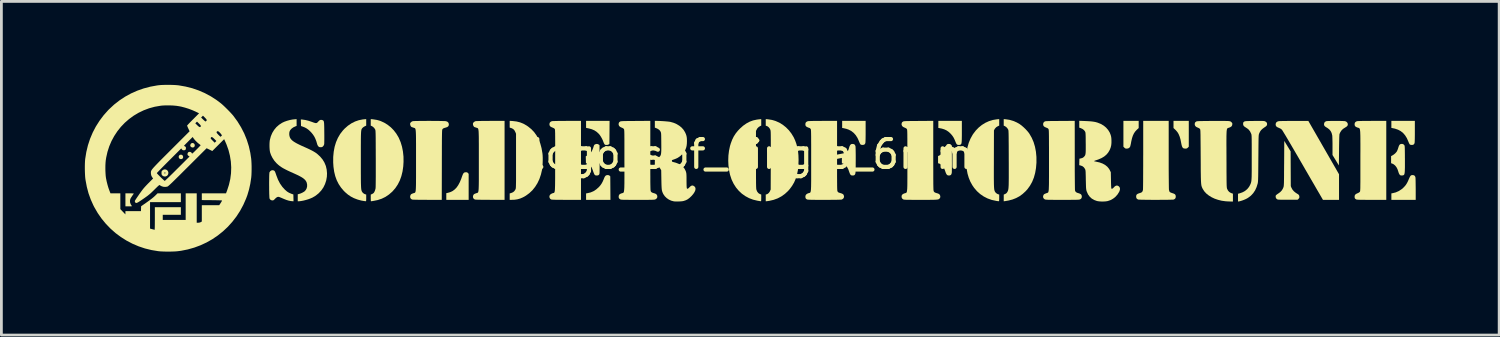
<source format=kicad_pcb>
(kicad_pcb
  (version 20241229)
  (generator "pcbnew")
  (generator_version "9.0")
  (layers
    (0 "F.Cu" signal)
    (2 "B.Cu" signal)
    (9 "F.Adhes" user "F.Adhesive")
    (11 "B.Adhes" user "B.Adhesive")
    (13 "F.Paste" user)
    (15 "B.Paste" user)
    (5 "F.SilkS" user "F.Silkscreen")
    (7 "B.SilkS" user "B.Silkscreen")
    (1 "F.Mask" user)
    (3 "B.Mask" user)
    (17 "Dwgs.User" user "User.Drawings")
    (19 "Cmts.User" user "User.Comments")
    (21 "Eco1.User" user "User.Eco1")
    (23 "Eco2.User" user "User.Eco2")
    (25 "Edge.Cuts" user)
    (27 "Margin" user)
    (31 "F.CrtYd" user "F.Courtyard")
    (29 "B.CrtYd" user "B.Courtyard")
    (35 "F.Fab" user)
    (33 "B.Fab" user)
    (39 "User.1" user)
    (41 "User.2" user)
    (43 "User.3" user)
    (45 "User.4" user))
  (footprint "logo_sof_single_6mm"
    (layer "F.Cu")
    (at 23.98 2.995)
    (property "Reference" "logo_sof_single_6mm" (at 0 -0.5 0) (unlocked yes) (layer "F.SilkS") (effects (font (size 1 1) (thickness 0.15))))
    (fp_poly (pts (xy -20.507 -0.483) (xy -20.475 -0.467) (xy -20.454 -0.439) (xy -20.446 -0.404) (xy -20.451 -0.369) (xy -20.466 -0.346) (xy -20.497 -0.328) (xy -20.533 -0.325) (xy -20.568 -0.336) (xy -20.588 -0.352) (xy -20.605 -0.388) (xy -20.605 -0.423) (xy -20.591 -0.454) (xy -20.565 -0.476) (xy -20.53 -0.485)) (stroke (width 0) (type solid)) (fill yes) (layer "F.SilkS"))
    (fp_poly (pts (xy -20.076 -0.897) (xy -20.056 -0.884) (xy -20.035 -0.856) (xy -20.028 -0.821) (xy -20.035 -0.785) (xy -20.049 -0.763) (xy -20.08 -0.745) (xy -20.117 -0.743) (xy -20.152 -0.756) (xy -20.168 -0.769) (xy -20.186 -0.791) (xy -20.19 -0.815) (xy -20.188 -0.832) (xy -20.174 -0.871) (xy -20.147 -0.896) (xy -20.113 -0.905)) (stroke (width 0) (type solid)) (fill yes) (layer "F.SilkS"))
    (fp_poly (pts (xy 13.905 -1.442) (xy 13.839 -1.381) (xy 13.783 -1.321) (xy 13.736 -1.253) (xy 13.697 -1.172) (xy 13.666 -1.078) (xy 13.64 -0.967) (xy 13.632 -0.924) (xy 13.623 -0.873) (xy 13.612 -0.827) (xy 13.603 -0.79) (xy 13.596 -0.77) (xy 13.567 -0.732) (xy 13.525 -0.709) (xy 13.473 -0.702) (xy 13.44 -0.704) (xy 13.416 -0.715) (xy 13.391 -0.736) (xy 13.356 -0.771) (xy 13.356 -1.699) (xy 13.905 -1.699)) (stroke (width 0) (type solid)) (fill yes) (layer "F.SilkS"))
    (fp_poly (pts (xy -5.151 0.252) (xy -5.126 0.263) (xy -5.114 0.272) (xy -5.091 0.296) (xy -5.085 1.139) (xy -5.961 1.139) (xy -5.961 0.908) (xy -5.913 0.9) (xy -5.801 0.874) (xy -5.697 0.83) (xy -5.599 0.767) (xy -5.508 0.687) (xy -5.454 0.627) (xy -5.408 0.563) (xy -5.367 0.49) (xy -5.329 0.404) (xy -5.316 0.37) (xy -5.293 0.317) (xy -5.269 0.281) (xy -5.242 0.26) (xy -5.208 0.25) (xy -5.187 0.249)) (stroke (width 0) (type solid)) (fill yes) (layer "F.SilkS"))
    (fp_poly (pts (xy 15.706 -0.771) (xy 15.671 -0.736) (xy 15.646 -0.715) (xy 15.623 -0.705) (xy 15.591 -0.703) (xy 15.587 -0.703) (xy 15.553 -0.705) (xy 15.523 -0.711) (xy 15.515 -0.714) (xy 15.493 -0.73) (xy 15.474 -0.757) (xy 15.458 -0.796) (xy 15.444 -0.85) (xy 15.431 -0.916) (xy 15.408 -1.033) (xy 15.379 -1.132) (xy 15.344 -1.217) (xy 15.302 -1.29) (xy 15.25 -1.353) (xy 15.22 -1.383) (xy 15.157 -1.442) (xy 15.157 -1.699) (xy 15.706 -1.699)) (stroke (width 0) (type solid)) (fill yes) (layer "F.SilkS"))
    (fp_poly (pts (xy -10.249 0.149) (xy -10.228 0.157) (xy -10.209 0.174) (xy -10.207 0.176) (xy -10.182 0.205) (xy -10.182 1.139) (xy -10.986 1.139) (xy -10.986 0.899) (xy -10.933 0.888) (xy -10.841 0.861) (xy -10.758 0.821) (xy -10.684 0.766) (xy -10.616 0.696) (xy -10.556 0.61) (xy -10.5 0.505) (xy -10.449 0.383) (xy -10.428 0.321) (xy -10.405 0.258) (xy -10.385 0.212) (xy -10.366 0.18) (xy -10.344 0.161) (xy -10.319 0.151) (xy -10.288 0.148) (xy -10.283 0.147)) (stroke (width 0) (type solid)) (fill yes) (layer "F.SilkS"))
    (fp_poly (pts (xy -5.119 -1.286) (xy -5.122 -0.873) (xy -5.146 -0.854) (xy -5.174 -0.84) (xy -5.215 -0.834) (xy -5.224 -0.834) (xy -5.258 -0.836) (xy -5.279 -0.842) (xy -5.295 -0.856) (xy -5.298 -0.86) (xy -5.313 -0.885) (xy -5.329 -0.92) (xy -5.336 -0.939) (xy -5.361 -1.004) (xy -5.395 -1.073) (xy -5.434 -1.141) (xy -5.474 -1.199) (xy -5.498 -1.228) (xy -5.574 -1.3) (xy -5.659 -1.357) (xy -5.756 -1.399) (xy -5.866 -1.429) (xy -5.873 -1.43) (xy -5.961 -1.448) (xy -5.961 -1.699) (xy -5.116 -1.699)) (stroke (width 0) (type solid)) (fill yes) (layer "F.SilkS"))
    (fp_poly (pts (xy -22.307 0.906) (xy -22.265 0.907) (xy -22.238 0.909) (xy -22.224 0.913) (xy -22.222 0.917) (xy -22.223 0.918) (xy -22.232 0.932) (xy -22.25 0.957) (xy -22.273 0.99) (xy -22.281 1.002) (xy -22.306 1.04) (xy -22.328 1.076) (xy -22.343 1.104) (xy -22.345 1.109) (xy -22.358 1.174) (xy -22.352 1.24) (xy -22.329 1.302) (xy -22.311 1.329) (xy -22.296 1.351) (xy -22.288 1.366) (xy -22.287 1.367) (xy -22.297 1.37) (xy -22.323 1.372) (xy -22.361 1.373) (xy -22.404 1.373) (xy -22.521 1.373) (xy -22.521 0.905) (xy -22.368 0.905)) (stroke (width 0) (type solid)) (fill yes) (layer "F.SilkS"))
    (fp_poly (pts (xy 23.833 -1.32) (xy 23.833 -1.218) (xy 23.832 -1.128) (xy 23.831 -1.05) (xy 23.829 -0.987) (xy 23.827 -0.939) (xy 23.824 -0.91) (xy 23.823 -0.903) (xy 23.81 -0.874) (xy 23.793 -0.852) (xy 23.79 -0.85) (xy 23.761 -0.838) (xy 23.723 -0.834) (xy 23.685 -0.838) (xy 23.655 -0.849) (xy 23.652 -0.852) (xy 23.64 -0.869) (xy 23.623 -0.9) (xy 23.606 -0.94) (xy 23.597 -0.963) (xy 23.545 -1.08) (xy 23.483 -1.18) (xy 23.41 -1.264) (xy 23.325 -1.331) (xy 23.227 -1.383) (xy 23.116 -1.421) (xy 23.068 -1.431) (xy 22.989 -1.447) (xy 22.989 -1.699) (xy 23.833 -1.699)) (stroke (width 0) (type solid)) (fill yes) (layer "F.SilkS"))
    (fp_poly (pts (xy 23.797 0.255) (xy 23.828 0.275) (xy 23.848 0.31) (xy 23.855 0.337) (xy 23.857 0.357) (xy 23.858 0.395) (xy 23.86 0.448) (xy 23.861 0.514) (xy 23.862 0.59) (xy 23.863 0.673) (xy 23.864 0.76) (xy 23.864 1.139) (xy 22.989 1.139) (xy 22.989 0.907) (xy 23.032 0.9) (xy 23.148 0.871) (xy 23.256 0.823) (xy 23.357 0.757) (xy 23.424 0.699) (xy 23.472 0.648) (xy 23.513 0.597) (xy 23.55 0.538) (xy 23.585 0.469) (xy 23.611 0.408) (xy 23.637 0.349) (xy 23.657 0.307) (xy 23.676 0.278) (xy 23.695 0.261) (xy 23.716 0.252) (xy 23.742 0.249) (xy 23.752 0.249)) (stroke (width 0) (type solid)) (fill yes) (layer "F.SilkS"))
    (fp_poly (pts (xy 4.089 -1.32) (xy 4.089 -1.218) (xy 4.088 -1.128) (xy 4.087 -1.05) (xy 4.085 -0.987) (xy 4.083 -0.939) (xy 4.08 -0.91) (xy 4.079 -0.903) (xy 4.066 -0.874) (xy 4.048 -0.852) (xy 4.046 -0.85) (xy 4.017 -0.839) (xy 3.979 -0.835) (xy 3.941 -0.838) (xy 3.911 -0.848) (xy 3.91 -0.849) (xy 3.897 -0.865) (xy 3.879 -0.897) (xy 3.86 -0.941) (xy 3.85 -0.967) (xy 3.797 -1.085) (xy 3.733 -1.186) (xy 3.657 -1.27) (xy 3.571 -1.337) (xy 3.473 -1.387) (xy 3.397 -1.413) (xy 3.354 -1.423) (xy 3.314 -1.433) (xy 3.284 -1.439) (xy 3.283 -1.439) (xy 3.245 -1.445) (xy 3.245 -1.699) (xy 4.089 -1.699)) (stroke (width 0) (type solid)) (fill yes) (layer "F.SilkS"))
    (fp_poly (pts (xy 7.548 -1.312) (xy 7.548 -1.205) (xy 7.547 -1.117) (xy 7.546 -1.046) (xy 7.544 -0.989) (xy 7.541 -0.944) (xy 7.537 -0.911) (xy 7.532 -0.887) (xy 7.525 -0.87) (xy 7.516 -0.858) (xy 7.506 -0.849) (xy 7.498 -0.845) (xy 7.466 -0.836) (xy 7.428 -0.834) (xy 7.391 -0.841) (xy 7.368 -0.854) (xy 7.354 -0.873) (xy 7.337 -0.905) (xy 7.321 -0.943) (xy 7.319 -0.948) (xy 7.284 -1.033) (xy 7.249 -1.103) (xy 7.209 -1.163) (xy 7.162 -1.22) (xy 7.136 -1.247) (xy 7.068 -1.309) (xy 6.997 -1.357) (xy 6.918 -1.394) (xy 6.828 -1.422) (xy 6.742 -1.439) (xy 6.703 -1.445) (xy 6.703 -1.699) (xy 7.548 -1.699)) (stroke (width 0) (type solid)) (fill yes) (layer "F.SilkS"))
    (fp_poly (pts (xy -21.073 0.048) (xy -21.033 0.065) (xy -21.001 0.095) (xy -20.982 0.136) (xy -20.978 0.155) (xy -20.981 0.207) (xy -21 0.249) (xy -21.033 0.28) (xy -21.075 0.298) (xy -21.124 0.299) (xy -21.143 0.294) (xy -21.173 0.28) (xy -21.199 0.259) (xy -21.199 0.259) (xy -21.214 0.239) (xy -21.222 0.215) (xy -21.224 0.181) (xy -21.224 0.177) (xy -21.125 0.177) (xy -21.123 0.183) (xy -21.108 0.191) (xy -21.09 0.187) (xy -21.079 0.175) (xy -21.083 0.162) (xy -21.098 0.155) (xy -21.115 0.157) (xy -21.119 0.161) (xy -21.125 0.177) (xy -21.224 0.177) (xy -21.224 0.173) (xy -21.223 0.135) (xy -21.216 0.11) (xy -21.203 0.091) (xy -21.2 0.088) (xy -21.161 0.058) (xy -21.117 0.045)) (stroke (width 0) (type solid)) (fill yes) (layer "F.SilkS"))
    (fp_poly (pts (xy -5.538 -0.865) (xy -5.501 -0.845) (xy -5.478 -0.826) (xy -5.475 -0.334) (xy -5.474 -0.235) (xy -5.474 -0.141) (xy -5.474 -0.054) (xy -5.474 0.023) (xy -5.475 0.088) (xy -5.476 0.139) (xy -5.477 0.174) (xy -5.478 0.191) (xy -5.478 0.191) (xy -5.491 0.23) (xy -5.517 0.253) (xy -5.556 0.264) (xy -5.575 0.264) (xy -5.611 0.262) (xy -5.636 0.252) (xy -5.65 0.241) (xy -5.664 0.22) (xy -5.68 0.185) (xy -5.698 0.14) (xy -5.706 0.116) (xy -5.722 0.069) (xy -5.74 0.023) (xy -5.756 -0.013) (xy -5.763 -0.027) (xy -5.795 -0.071) (xy -5.837 -0.112) (xy -5.883 -0.146) (xy -5.924 -0.166) (xy -5.966 -0.18) (xy -5.972 -0.425) (xy -5.918 -0.456) (xy -5.857 -0.495) (xy -5.809 -0.538) (xy -5.769 -0.588) (xy -5.736 -0.65) (xy -5.706 -0.726) (xy -5.694 -0.763) (xy -5.682 -0.802) (xy -5.67 -0.827) (xy -5.657 -0.843) (xy -5.639 -0.855) (xy -5.632 -0.858) (xy -5.585 -0.871)) (stroke (width 0) (type solid)) (fill yes) (layer "F.SilkS"))
    (fp_poly (pts (xy 7.114 -0.868) (xy 7.138 -0.859) (xy 7.158 -0.842) (xy 7.187 -0.813) (xy 7.19 -0.353) (xy 7.19 -0.256) (xy 7.191 -0.164) (xy 7.19 -0.078) (xy 7.19 -0.002) (xy 7.189 0.063) (xy 7.188 0.114) (xy 7.187 0.148) (xy 7.186 0.162) (xy 7.175 0.211) (xy 7.154 0.243) (xy 7.121 0.26) (xy 7.085 0.264) (xy 7.05 0.261) (xy 7.025 0.25) (xy 7.01 0.237) (xy 6.989 0.207) (xy 6.967 0.158) (xy 6.95 0.109) (xy 6.932 0.059) (xy 6.911 0.01) (xy 6.89 -0.031) (xy 6.881 -0.046) (xy 6.847 -0.088) (xy 6.805 -0.126) (xy 6.761 -0.155) (xy 6.721 -0.17) (xy 6.693 -0.175) (xy 6.693 -0.435) (xy 6.725 -0.448) (xy 6.75 -0.461) (xy 6.783 -0.482) (xy 6.816 -0.504) (xy 6.852 -0.534) (xy 6.879 -0.566) (xy 6.904 -0.607) (xy 6.91 -0.62) (xy 6.93 -0.663) (xy 6.947 -0.71) (xy 6.958 -0.748) (xy 6.958 -0.748) (xy 6.975 -0.8) (xy 6.999 -0.838) (xy 7.019 -0.857) (xy 7.04 -0.867) (xy 7.07 -0.87) (xy 7.079 -0.87)) (stroke (width 0) (type solid)) (fill yes) (layer "F.SilkS"))
    (fp_poly (pts (xy 20.555 -0.74) (xy 21.107 0.219) (xy 21.107 0.679) (xy 21.107 1.139) (xy 20.529 1.139) (xy 20.347 0.826) (xy 20.316 0.773) (xy 20.276 0.704) (xy 20.228 0.62) (xy 20.172 0.524) (xy 20.11 0.418) (xy 20.043 0.302) (xy 19.972 0.179) (xy 19.897 0.051) (xy 19.821 -0.082) (xy 19.743 -0.216) (xy 19.665 -0.351) (xy 19.627 -0.416) (xy 19.553 -0.543) (xy 19.481 -0.666) (xy 19.413 -0.783) (xy 19.348 -0.894) (xy 19.288 -0.996) (xy 19.233 -1.089) (xy 19.184 -1.172) (xy 19.141 -1.242) (xy 19.106 -1.3) (xy 19.079 -1.344) (xy 19.061 -1.372) (xy 19.053 -1.383) (xy 19.007 -1.419) (xy 18.943 -1.449) (xy 18.891 -1.472) (xy 18.857 -1.496) (xy 18.837 -1.525) (xy 18.829 -1.561) (xy 18.829 -1.573) (xy 18.837 -1.62) (xy 18.862 -1.656) (xy 18.904 -1.68) (xy 18.942 -1.689) (xy 18.963 -1.691) (xy 19.002 -1.693) (xy 19.057 -1.694) (xy 19.126 -1.695) (xy 19.206 -1.696) (xy 19.295 -1.697) (xy 19.391 -1.698) (xy 19.492 -1.698) (xy 19.5 -1.698) (xy 20.004 -1.698)) (stroke (width 0) (type solid)) (fill yes) (layer "F.SilkS"))
    (fp_poly (pts (xy 3.666 -0.864) (xy 3.697 -0.844) (xy 3.717 -0.809) (xy 3.724 -0.787) (xy 3.726 -0.766) (xy 3.728 -0.728) (xy 3.73 -0.674) (xy 3.731 -0.608) (xy 3.732 -0.532) (xy 3.733 -0.449) (xy 3.733 -0.361) (xy 3.733 -0.272) (xy 3.732 -0.184) (xy 3.732 -0.099) (xy 3.731 -0.021) (xy 3.729 0.049) (xy 3.727 0.107) (xy 3.725 0.151) (xy 3.723 0.178) (xy 3.722 0.183) (xy 3.708 0.225) (xy 3.685 0.251) (xy 3.65 0.263) (xy 3.62 0.264) (xy 3.585 0.261) (xy 3.56 0.25) (xy 3.548 0.239) (xy 3.531 0.215) (xy 3.514 0.177) (xy 3.501 0.14) (xy 3.465 0.04) (xy 3.422 -0.041) (xy 3.373 -0.103) (xy 3.317 -0.145) (xy 3.283 -0.161) (xy 3.235 -0.178) (xy 3.235 -0.433) (xy 3.281 -0.456) (xy 3.33 -0.486) (xy 3.379 -0.528) (xy 3.422 -0.574) (xy 3.453 -0.62) (xy 3.454 -0.622) (xy 3.47 -0.658) (xy 3.485 -0.703) (xy 3.495 -0.738) (xy 3.512 -0.789) (xy 3.533 -0.829) (xy 3.541 -0.838) (xy 3.561 -0.858) (xy 3.582 -0.867) (xy 3.613 -0.87) (xy 3.62 -0.87)) (stroke (width 0) (type solid)) (fill yes) (layer "F.SilkS"))
    (fp_poly (pts (xy 23.429 -0.853) (xy 23.451 -0.83) (xy 23.456 -0.823) (xy 23.461 -0.814) (xy 23.464 -0.802) (xy 23.467 -0.786) (xy 23.469 -0.762) (xy 23.471 -0.729) (xy 23.472 -0.686) (xy 23.473 -0.63) (xy 23.474 -0.56) (xy 23.475 -0.473) (xy 23.475 -0.368) (xy 23.476 -0.354) (xy 23.476 -0.23) (xy 23.476 -0.124) (xy 23.476 -0.036) (xy 23.474 0.037) (xy 23.472 0.096) (xy 23.469 0.143) (xy 23.464 0.179) (xy 23.459 0.206) (xy 23.452 0.225) (xy 23.444 0.239) (xy 23.436 0.247) (xy 23.41 0.258) (xy 23.374 0.264) (xy 23.338 0.263) (xy 23.309 0.255) (xy 23.304 0.251) (xy 23.277 0.222) (xy 23.255 0.176) (xy 23.238 0.123) (xy 23.21 0.039) (xy 23.172 -0.034) (xy 23.125 -0.094) (xy 23.072 -0.138) (xy 23.027 -0.161) (xy 22.979 -0.178) (xy 22.979 -0.432) (xy 23.025 -0.457) (xy 23.08 -0.492) (xy 23.131 -0.535) (xy 23.172 -0.582) (xy 23.187 -0.604) (xy 23.201 -0.633) (xy 23.218 -0.675) (xy 23.234 -0.721) (xy 23.238 -0.736) (xy 23.256 -0.79) (xy 23.274 -0.827) (xy 23.293 -0.85) (xy 23.316 -0.864) (xy 23.339 -0.87) (xy 23.388 -0.871)) (stroke (width 0) (type solid)) (fill yes) (layer "F.SilkS"))
    (fp_poly (pts (xy 19.367 -0.604) (xy 19.37 0.021) (xy 19.373 0.646) (xy 19.396 0.704) (xy 19.433 0.771) (xy 19.487 0.834) (xy 19.554 0.888) (xy 19.581 0.905) (xy 19.623 0.931) (xy 19.651 0.951) (xy 19.667 0.97) (xy 19.676 0.993) (xy 19.681 1.021) (xy 19.682 1.052) (xy 19.674 1.074) (xy 19.655 1.099) (xy 19.655 1.1) (xy 19.624 1.134) (xy 19.28 1.136) (xy 19.195 1.136) (xy 19.117 1.136) (xy 19.046 1.135) (xy 18.987 1.134) (xy 18.942 1.132) (xy 18.912 1.13) (xy 18.903 1.128) (xy 18.866 1.108) (xy 18.84 1.074) (xy 18.828 1.032) (xy 18.833 0.988) (xy 18.835 0.981) (xy 18.846 0.969) (xy 18.871 0.948) (xy 18.904 0.924) (xy 18.927 0.909) (xy 18.993 0.861) (xy 19.043 0.809) (xy 19.081 0.751) (xy 19.105 0.697) (xy 19.11 0.685) (xy 19.113 0.674) (xy 19.116 0.662) (xy 19.119 0.646) (xy 19.121 0.627) (xy 19.123 0.602) (xy 19.125 0.57) (xy 19.127 0.53) (xy 19.128 0.48) (xy 19.129 0.418) (xy 19.13 0.344) (xy 19.131 0.256) (xy 19.131 0.152) (xy 19.132 0.032) (xy 19.133 -0.107) (xy 19.134 -0.172) (xy 19.139 -0.98)) (stroke (width 0) (type solid)) (fill yes) (layer "F.SilkS"))
    (fp_poly (pts (xy 21.054 -1.698) (xy 21.127 -1.697) (xy 21.193 -1.696) (xy 21.249 -1.694) (xy 21.293 -1.692) (xy 21.321 -1.69) (xy 21.326 -1.689) (xy 21.37 -1.67) (xy 21.402 -1.639) (xy 21.42 -1.6) (xy 21.423 -1.579) (xy 21.419 -1.546) (xy 21.406 -1.519) (xy 21.38 -1.494) (xy 21.339 -1.467) (xy 21.324 -1.458) (xy 21.25 -1.41) (xy 21.194 -1.354) (xy 21.151 -1.288) (xy 21.124 -1.226) (xy 21.121 -1.208) (xy 21.119 -1.17) (xy 21.116 -1.113) (xy 21.114 -1.038) (xy 21.112 -0.944) (xy 21.11 -0.833) (xy 21.108 -0.705) (xy 21.108 -0.646) (xy 21.102 -0.097) (xy 20.988 -0.285) (xy 20.873 -0.472) (xy 20.873 -0.793) (xy 20.873 -0.876) (xy 20.872 -0.954) (xy 20.87 -1.027) (xy 20.868 -1.089) (xy 20.866 -1.139) (xy 20.864 -1.172) (xy 20.862 -1.18) (xy 20.841 -1.264) (xy 20.806 -1.334) (xy 20.756 -1.394) (xy 20.688 -1.446) (xy 20.662 -1.461) (xy 20.618 -1.489) (xy 20.59 -1.514) (xy 20.574 -1.54) (xy 20.568 -1.572) (xy 20.568 -1.583) (xy 20.577 -1.629) (xy 20.602 -1.664) (xy 20.643 -1.686) (xy 20.655 -1.689) (xy 20.677 -1.692) (xy 20.717 -1.694) (xy 20.77 -1.696) (xy 20.834 -1.697) (xy 20.905 -1.698) (xy 20.979 -1.698)) (stroke (width 0) (type solid)) (fill yes) (layer "F.SilkS"))
    (fp_poly (pts (xy -16.142 -1.745) (xy -16.047 -1.73) (xy -15.942 -1.704) (xy -15.825 -1.665) (xy -15.806 -1.658) (xy -15.748 -1.637) (xy -15.705 -1.624) (xy -15.673 -1.619) (xy -15.648 -1.623) (xy -15.626 -1.635) (xy -15.604 -1.657) (xy -15.59 -1.673) (xy -15.552 -1.711) (xy -15.518 -1.732) (xy -15.482 -1.737) (xy -15.446 -1.729) (xy -15.429 -1.723) (xy -15.415 -1.716) (xy -15.403 -1.705) (xy -15.394 -1.69) (xy -15.387 -1.668) (xy -15.382 -1.636) (xy -15.378 -1.595) (xy -15.376 -1.54) (xy -15.374 -1.471) (xy -15.373 -1.385) (xy -15.372 -1.282) (xy -15.371 -1.195) (xy -15.371 -1.113) (xy -15.371 -1.038) (xy -15.372 -0.973) (xy -15.373 -0.921) (xy -15.374 -0.884) (xy -15.375 -0.865) (xy -15.39 -0.821) (xy -15.416 -0.786) (xy -15.439 -0.766) (xy -15.462 -0.756) (xy -15.493 -0.753) (xy -15.502 -0.753) (xy -15.537 -0.755) (xy -15.561 -0.763) (xy -15.582 -0.78) (xy -15.584 -0.782) (xy -15.605 -0.81) (xy -15.622 -0.846) (xy -15.625 -0.855) (xy -15.657 -0.964) (xy -15.692 -1.056) (xy -15.731 -1.135) (xy -15.777 -1.206) (xy -15.831 -1.273) (xy -15.869 -1.313) (xy -15.937 -1.377) (xy -16.004 -1.426) (xy -16.074 -1.464) (xy -16.142 -1.491) (xy -16.209 -1.515) (xy -16.212 -1.634) (xy -16.215 -1.752)) (stroke (width 0) (type solid)) (fill yes) (layer "F.SilkS"))
    (fp_poly (pts (xy 0.579 -1.756) (xy 0.72 -1.734) (xy 0.857 -1.693) (xy 0.988 -1.635) (xy 1.111 -1.559) (xy 1.225 -1.468) (xy 1.329 -1.363) (xy 1.421 -1.244) (xy 1.501 -1.113) (xy 1.555 -0.996) (xy 1.6 -0.87) (xy 1.635 -0.742) (xy 1.659 -0.608) (xy 1.673 -0.463) (xy 1.678 -0.303) (xy 1.678 -0.288) (xy 1.672 -0.101) (xy 1.654 0.072) (xy 1.622 0.23) (xy 1.577 0.377) (xy 1.518 0.513) (xy 1.444 0.639) (xy 1.355 0.758) (xy 1.298 0.823) (xy 1.185 0.927) (xy 1.061 1.015) (xy 0.927 1.086) (xy 0.782 1.139) (xy 0.627 1.175) (xy 0.557 1.185) (xy 0.498 1.192) (xy 0.498 0.948) (xy 0.53 0.941) (xy 0.571 0.922) (xy 0.61 0.888) (xy 0.643 0.841) (xy 0.652 0.821) (xy 0.676 0.768) (xy 0.679 -0.279) (xy 0.68 -0.449) (xy 0.68 -0.6) (xy 0.68 -0.733) (xy 0.68 -0.85) (xy 0.68 -0.951) (xy 0.68 -1.037) (xy 0.679 -1.111) (xy 0.679 -1.172) (xy 0.678 -1.223) (xy 0.677 -1.264) (xy 0.676 -1.297) (xy 0.674 -1.323) (xy 0.672 -1.342) (xy 0.67 -1.357) (xy 0.667 -1.369) (xy 0.665 -1.376) (xy 0.641 -1.425) (xy 0.606 -1.469) (xy 0.564 -1.502) (xy 0.535 -1.515) (xy 0.498 -1.527) (xy 0.498 -1.763)) (stroke (width 0) (type solid)) (fill yes) (layer "F.SilkS"))
    (fp_poly (pts (xy -17.19 0.082) (xy -17.174 0.09) (xy -17.16 0.103) (xy -17.146 0.123) (xy -17.133 0.153) (xy -17.117 0.196) (xy -17.097 0.255) (xy -17.094 0.263) (xy -17.036 0.414) (xy -16.965 0.551) (xy -16.88 0.673) (xy -16.783 0.779) (xy -16.713 0.839) (xy -16.643 0.883) (xy -16.565 0.917) (xy -16.55 0.923) (xy -16.484 0.945) (xy -16.481 1.068) (xy -16.478 1.19) (xy -16.512 1.189) (xy -16.543 1.186) (xy -16.581 1.182) (xy -16.593 1.18) (xy -16.662 1.165) (xy -16.736 1.142) (xy -16.819 1.109) (xy -16.868 1.088) (xy -16.914 1.068) (xy -16.956 1.051) (xy -16.989 1.038) (xy -17.006 1.033) (xy -17.04 1.032) (xy -17.073 1.044) (xy -17.111 1.071) (xy -17.144 1.104) (xy -17.173 1.133) (xy -17.194 1.15) (xy -17.213 1.158) (xy -17.235 1.16) (xy -17.237 1.16) (xy -17.284 1.151) (xy -17.319 1.126) (xy -17.34 1.093) (xy -17.343 1.074) (xy -17.346 1.039) (xy -17.348 0.988) (xy -17.351 0.925) (xy -17.352 0.852) (xy -17.354 0.772) (xy -17.354 0.688) (xy -17.355 0.601) (xy -17.355 0.515) (xy -17.354 0.433) (xy -17.353 0.356) (xy -17.352 0.287) (xy -17.35 0.23) (xy -17.347 0.185) (xy -17.344 0.158) (xy -17.342 0.149) (xy -17.312 0.107) (xy -17.273 0.081) (xy -17.23 0.073)) (stroke (width 0) (type solid)) (fill yes) (layer "F.SilkS"))
    (fp_poly (pts (xy -8.598 -1.694) (xy -8.462 -1.678) (xy -8.337 -1.647) (xy -8.218 -1.6) (xy -8.103 -1.535) (xy -8.044 -1.495) (xy -7.927 -1.4) (xy -7.825 -1.292) (xy -7.738 -1.17) (xy -7.665 -1.034) (xy -7.606 -0.884) (xy -7.562 -0.72) (xy -7.531 -0.541) (xy -7.527 -0.509) (xy -7.522 -0.447) (xy -7.519 -0.371) (xy -7.519 -0.287) (xy -7.521 -0.2) (xy -7.525 -0.116) (xy -7.531 -0.038) (xy -7.538 0.026) (xy -7.542 0.05) (xy -7.583 0.226) (xy -7.638 0.389) (xy -7.708 0.538) (xy -7.792 0.672) (xy -7.889 0.793) (xy -8 0.898) (xy -8.124 0.989) (xy -8.234 1.051) (xy -8.33 1.092) (xy -8.425 1.119) (xy -8.525 1.135) (xy -8.629 1.139) (xy -8.707 1.139) (xy -8.707 0.909) (xy -8.645 0.89) (xy -8.585 0.864) (xy -8.539 0.825) (xy -8.503 0.771) (xy -8.5 0.763) (xy -8.496 0.755) (xy -8.493 0.747) (xy -8.49 0.737) (xy -8.488 0.724) (xy -8.486 0.706) (xy -8.484 0.683) (xy -8.483 0.654) (xy -8.482 0.616) (xy -8.481 0.57) (xy -8.48 0.512) (xy -8.479 0.443) (xy -8.479 0.361) (xy -8.479 0.265) (xy -8.479 0.153) (xy -8.479 0.024) (xy -8.479 -0.122) (xy -8.479 -0.259) (xy -8.479 -1.236) (xy -8.502 -1.294) (xy -8.534 -1.356) (xy -8.573 -1.4) (xy -8.624 -1.431) (xy -8.649 -1.44) (xy -8.707 -1.458) (xy -8.707 -1.701)) (stroke (width 0) (type solid)) (fill yes) (layer "F.SilkS"))
    (fp_poly (pts (xy 0.336 -1.529) (xy 0.308 -1.517) (xy 0.246 -1.481) (xy 0.201 -1.437) (xy 0.176 -1.395) (xy 0.147 -1.338) (xy 0.147 -0.305) (xy 0.148 -0.137) (xy 0.148 0.013) (xy 0.148 0.144) (xy 0.148 0.259) (xy 0.148 0.358) (xy 0.149 0.443) (xy 0.149 0.516) (xy 0.15 0.576) (xy 0.151 0.626) (xy 0.152 0.667) (xy 0.154 0.699) (xy 0.155 0.725) (xy 0.157 0.745) (xy 0.16 0.761) (xy 0.162 0.773) (xy 0.165 0.784) (xy 0.166 0.786) (xy 0.194 0.849) (xy 0.234 0.898) (xy 0.286 0.93) (xy 0.29 0.931) (xy 0.336 0.949) (xy 0.336 1.069) (xy 0.335 1.121) (xy 0.334 1.155) (xy 0.332 1.176) (xy 0.327 1.186) (xy 0.321 1.189) (xy 0.318 1.189) (xy 0.301 1.187) (xy 0.269 1.182) (xy 0.227 1.175) (xy 0.198 1.17) (xy 0.044 1.133) (xy -0.101 1.078) (xy -0.237 1.005) (xy -0.361 0.917) (xy -0.472 0.813) (xy -0.571 0.695) (xy -0.656 0.562) (xy -0.726 0.417) (xy -0.736 0.391) (xy -0.786 0.238) (xy -0.821 0.074) (xy -0.843 -0.099) (xy -0.85 -0.275) (xy -0.844 -0.451) (xy -0.823 -0.624) (xy -0.788 -0.791) (xy -0.758 -0.892) (xy -0.709 -1.023) (xy -0.652 -1.138) (xy -0.585 -1.243) (xy -0.504 -1.344) (xy -0.428 -1.424) (xy -0.315 -1.525) (xy -0.2 -1.606) (xy -0.081 -1.67) (xy 0.044 -1.716) (xy 0.178 -1.745) (xy 0.262 -1.756) (xy 0.336 -1.763)) (stroke (width 0) (type solid)) (fill yes) (layer "F.SilkS"))
    (fp_poly (pts (xy 8.891 -1.53) (xy 8.85 -1.512) (xy 8.786 -1.474) (xy 8.739 -1.423) (xy 8.725 -1.4) (xy 8.702 -1.358) (xy 8.699 -0.336) (xy 8.699 -0.162) (xy 8.698 -0.008) (xy 8.698 0.128) (xy 8.698 0.248) (xy 8.698 0.352) (xy 8.699 0.442) (xy 8.7 0.519) (xy 8.701 0.584) (xy 8.703 0.639) (xy 8.705 0.684) (xy 8.708 0.721) (xy 8.711 0.751) (xy 8.714 0.775) (xy 8.719 0.795) (xy 8.724 0.812) (xy 8.73 0.827) (xy 8.736 0.841) (xy 8.739 0.847) (xy 8.767 0.884) (xy 8.808 0.917) (xy 8.852 0.939) (xy 8.863 0.941) (xy 8.891 0.948) (xy 8.891 1.069) (xy 8.89 1.121) (xy 8.889 1.155) (xy 8.887 1.176) (xy 8.882 1.186) (xy 8.876 1.189) (xy 8.873 1.189) (xy 8.855 1.187) (xy 8.823 1.183) (xy 8.783 1.177) (xy 8.774 1.175) (xy 8.618 1.141) (xy 8.471 1.088) (xy 8.334 1.018) (xy 8.207 0.931) (xy 8.092 0.828) (xy 7.99 0.709) (xy 7.926 0.616) (xy 7.854 0.487) (xy 7.797 0.349) (xy 7.753 0.2) (xy 7.723 0.04) (xy 7.706 -0.134) (xy 7.703 -0.204) (xy 7.704 -0.401) (xy 7.72 -0.584) (xy 7.751 -0.754) (xy 7.797 -0.914) (xy 7.859 -1.062) (xy 7.936 -1.201) (xy 7.954 -1.228) (xy 8.047 -1.351) (xy 8.152 -1.459) (xy 8.268 -1.553) (xy 8.392 -1.63) (xy 8.524 -1.69) (xy 8.661 -1.732) (xy 8.801 -1.755) (xy 8.81 -1.756) (xy 8.891 -1.763)) (stroke (width 0) (type solid)) (fill yes) (layer "F.SilkS"))
    (fp_poly (pts (xy 14.984 -0.491) (xy 14.984 -0.31) (xy 14.984 -0.14) (xy 14.984 0.018) (xy 14.985 0.164) (xy 14.986 0.297) (xy 14.987 0.416) (xy 14.988 0.519) (xy 14.989 0.607) (xy 14.99 0.677) (xy 14.991 0.73) (xy 14.992 0.764) (xy 14.994 0.777) (xy 15.002 0.813) (xy 15.013 0.843) (xy 15.021 0.856) (xy 15.039 0.868) (xy 15.07 0.882) (xy 15.108 0.896) (xy 15.113 0.897) (xy 15.167 0.916) (xy 15.204 0.936) (xy 15.226 0.962) (xy 15.236 0.995) (xy 15.238 1.022) (xy 15.232 1.067) (xy 15.212 1.1) (xy 15.176 1.123) (xy 15.164 1.128) (xy 15.148 1.131) (xy 15.114 1.133) (xy 15.064 1.134) (xy 15 1.136) (xy 14.925 1.137) (xy 14.84 1.138) (xy 14.748 1.138) (xy 14.651 1.139) (xy 14.552 1.139) (xy 14.452 1.139) (xy 14.353 1.139) (xy 14.258 1.138) (xy 14.169 1.137) (xy 14.089 1.136) (xy 14.018 1.135) (xy 13.961 1.133) (xy 13.918 1.131) (xy 13.891 1.129) (xy 13.885 1.128) (xy 13.845 1.105) (xy 13.822 1.074) (xy 13.814 1.031) (xy 13.814 1.022) (xy 13.818 0.981) (xy 13.833 0.95) (xy 13.862 0.927) (xy 13.906 0.908) (xy 13.938 0.898) (xy 13.989 0.881) (xy 14.023 0.86) (xy 14.044 0.83) (xy 14.057 0.789) (xy 14.059 0.776) (xy 14.06 0.76) (xy 14.061 0.725) (xy 14.062 0.671) (xy 14.063 0.602) (xy 14.064 0.517) (xy 14.065 0.419) (xy 14.065 0.308) (xy 14.066 0.186) (xy 14.066 0.055) (xy 14.067 -0.086) (xy 14.067 -0.233) (xy 14.067 -0.387) (xy 14.068 -0.486) (xy 14.068 -1.699) (xy 14.984 -1.699)) (stroke (width 0) (type solid)) (fill yes) (layer "F.SilkS"))
    (fp_poly (pts (xy -13.622 -1.756) (xy -13.483 -1.734) (xy -13.348 -1.694) (xy -13.218 -1.635) (xy -13.096 -1.56) (xy -12.981 -1.469) (xy -12.877 -1.363) (xy -12.785 -1.244) (xy -12.706 -1.113) (xy -12.691 -1.083) (xy -12.627 -0.933) (xy -12.578 -0.77) (xy -12.544 -0.597) (xy -12.525 -0.415) (xy -12.523 -0.228) (xy -12.533 -0.065) (xy -12.559 0.117) (xy -12.601 0.287) (xy -12.657 0.443) (xy -12.73 0.587) (xy -12.818 0.719) (xy -12.922 0.838) (xy -12.93 0.846) (xy -13.047 0.948) (xy -13.173 1.033) (xy -13.308 1.099) (xy -13.453 1.147) (xy -13.59 1.175) (xy -13.632 1.182) (xy -13.667 1.187) (xy -13.689 1.19) (xy -13.694 1.19) (xy -13.697 1.181) (xy -13.7 1.155) (xy -13.701 1.116) (xy -13.702 1.071) (xy -13.701 0.951) (xy -13.648 0.926) (xy -13.615 0.907) (xy -13.592 0.886) (xy -13.572 0.855) (xy -13.567 0.844) (xy -13.549 0.802) (xy -13.535 0.753) (xy -13.528 0.722) (xy -13.527 0.7) (xy -13.525 0.658) (xy -13.524 0.596) (xy -13.523 0.517) (xy -13.522 0.419) (xy -13.521 0.304) (xy -13.521 0.173) (xy -13.521 0.025) (xy -13.521 -0.137) (xy -13.521 -0.315) (xy -13.521 -0.346) (xy -13.522 -0.511) (xy -13.522 -0.658) (xy -13.523 -0.786) (xy -13.523 -0.898) (xy -13.524 -0.995) (xy -13.524 -1.077) (xy -13.525 -1.146) (xy -13.526 -1.204) (xy -13.527 -1.251) (xy -13.529 -1.288) (xy -13.53 -1.318) (xy -13.532 -1.341) (xy -13.534 -1.358) (xy -13.536 -1.371) (xy -13.539 -1.38) (xy -13.542 -1.388) (xy -13.542 -1.389) (xy -13.577 -1.444) (xy -13.624 -1.488) (xy -13.662 -1.511) (xy -13.702 -1.529) (xy -13.702 -1.763)) (stroke (width 0) (type solid)) (fill yes) (layer "F.SilkS"))
    (fp_poly (pts (xy 9.134 -1.756) (xy 9.266 -1.736) (xy 9.398 -1.697) (xy 9.525 -1.642) (xy 9.624 -1.585) (xy 9.693 -1.535) (xy 9.766 -1.472) (xy 9.838 -1.403) (xy 9.904 -1.331) (xy 9.959 -1.263) (xy 9.977 -1.236) (xy 10.06 -1.092) (xy 10.127 -0.937) (xy 10.177 -0.77) (xy 10.211 -0.592) (xy 10.229 -0.404) (xy 10.23 -0.207) (xy 10.23 -0.198) (xy 10.214 -0.006) (xy 10.183 0.174) (xy 10.137 0.34) (xy 10.075 0.493) (xy 9.997 0.632) (xy 9.905 0.759) (xy 9.839 0.831) (xy 9.732 0.929) (xy 9.619 1.011) (xy 9.498 1.076) (xy 9.368 1.127) (xy 9.225 1.164) (xy 9.102 1.185) (xy 9.053 1.191) (xy 9.054 1.071) (xy 9.054 0.951) (xy 9.103 0.929) (xy 9.143 0.907) (xy 9.171 0.876) (xy 9.18 0.862) (xy 9.189 0.846) (xy 9.197 0.831) (xy 9.204 0.815) (xy 9.21 0.798) (xy 9.215 0.777) (xy 9.22 0.752) (xy 9.224 0.721) (xy 9.227 0.683) (xy 9.23 0.638) (xy 9.232 0.583) (xy 9.233 0.518) (xy 9.234 0.44) (xy 9.235 0.35) (xy 9.235 0.246) (xy 9.235 0.126) (xy 9.235 -0.01) (xy 9.235 -0.164) (xy 9.234 -0.337) (xy 9.234 -0.339) (xy 9.234 -0.506) (xy 9.233 -0.654) (xy 9.233 -0.784) (xy 9.232 -0.897) (xy 9.231 -0.995) (xy 9.231 -1.078) (xy 9.23 -1.148) (xy 9.229 -1.207) (xy 9.228 -1.254) (xy 9.226 -1.292) (xy 9.225 -1.322) (xy 9.223 -1.345) (xy 9.221 -1.361) (xy 9.218 -1.373) (xy 9.216 -1.382) (xy 9.215 -1.384) (xy 9.183 -1.436) (xy 9.141 -1.48) (xy 9.095 -1.51) (xy 9.094 -1.51) (xy 9.053 -1.529) (xy 9.053 -1.763)) (stroke (width 0) (type solid)) (fill yes) (layer "F.SilkS"))
    (fp_poly (pts (xy -6.144 1.139) (xy -6.665 1.139) (xy -6.786 1.139) (xy -6.887 1.138) (xy -6.972 1.138) (xy -7.041 1.137) (xy -7.096 1.136) (xy -7.139 1.134) (xy -7.172 1.132) (xy -7.195 1.13) (xy -7.211 1.127) (xy -7.22 1.124) (xy -7.252 1.1) (xy -7.273 1.063) (xy -7.279 1.02) (xy -7.277 1.001) (xy -7.26 0.962) (xy -7.224 0.929) (xy -7.17 0.903) (xy -7.163 0.901) (xy -7.149 0.897) (xy -7.137 0.894) (xy -7.126 0.892) (xy -7.117 0.888) (xy -7.108 0.882) (xy -7.101 0.873) (xy -7.095 0.859) (xy -7.09 0.84) (xy -7.086 0.814) (xy -7.082 0.78) (xy -7.08 0.737) (xy -7.078 0.685) (xy -7.076 0.621) (xy -7.075 0.544) (xy -7.074 0.455) (xy -7.073 0.35) (xy -7.073 0.231) (xy -7.073 0.094) (xy -7.073 -0.061) (xy -7.072 -0.234) (xy -7.072 -0.266) (xy -7.072 -0.442) (xy -7.071 -0.599) (xy -7.071 -0.738) (xy -7.071 -0.86) (xy -7.071 -0.967) (xy -7.072 -1.058) (xy -7.072 -1.136) (xy -7.073 -1.201) (xy -7.073 -1.255) (xy -7.075 -1.298) (xy -7.076 -1.332) (xy -7.077 -1.359) (xy -7.079 -1.378) (xy -7.081 -1.391) (xy -7.083 -1.4) (xy -7.085 -1.403) (xy -7.099 -1.422) (xy -7.124 -1.439) (xy -7.164 -1.457) (xy -7.172 -1.46) (xy -7.221 -1.482) (xy -7.254 -1.507) (xy -7.272 -1.537) (xy -7.278 -1.575) (xy -7.278 -1.584) (xy -7.269 -1.628) (xy -7.243 -1.662) (xy -7.201 -1.685) (xy -7.186 -1.689) (xy -7.168 -1.691) (xy -7.132 -1.693) (xy -7.08 -1.694) (xy -7.013 -1.696) (xy -6.936 -1.697) (xy -6.848 -1.698) (xy -6.753 -1.698) (xy -6.653 -1.699) (xy -6.645 -1.699) (xy -6.144 -1.699)) (stroke (width 0) (type solid)) (fill yes) (layer "F.SilkS"))
    (fp_poly (pts (xy 22.806 1.139) (xy 22.28 1.139) (xy 22.16 1.139) (xy 22.06 1.139) (xy 21.976 1.138) (xy 21.908 1.138) (xy 21.854 1.137) (xy 21.811 1.135) (xy 21.779 1.134) (xy 21.755 1.131) (xy 21.738 1.129) (xy 21.727 1.125) (xy 21.723 1.124) (xy 21.691 1.102) (xy 21.673 1.076) (xy 21.667 1.038) (xy 21.667 1.026) (xy 21.672 0.984) (xy 21.69 0.952) (xy 21.723 0.925) (xy 21.773 0.902) (xy 21.814 0.883) (xy 21.845 0.861) (xy 21.854 0.851) (xy 21.857 0.846) (xy 21.86 0.841) (xy 21.863 0.834) (xy 21.865 0.824) (xy 21.867 0.81) (xy 21.869 0.79) (xy 21.87 0.764) (xy 21.872 0.731) (xy 21.873 0.689) (xy 21.873 0.637) (xy 21.874 0.574) (xy 21.875 0.498) (xy 21.875 0.41) (xy 21.875 0.306) (xy 21.875 0.187) (xy 21.875 0.052) (xy 21.875 -0.102) (xy 21.875 -0.275) (xy 21.875 -0.28) (xy 21.875 -0.457) (xy 21.876 -0.615) (xy 21.876 -0.755) (xy 21.876 -0.878) (xy 21.875 -0.986) (xy 21.875 -1.078) (xy 21.874 -1.157) (xy 21.872 -1.223) (xy 21.87 -1.279) (xy 21.867 -1.323) (xy 21.863 -1.359) (xy 21.858 -1.387) (xy 21.853 -1.408) (xy 21.846 -1.423) (xy 21.837 -1.434) (xy 21.828 -1.441) (xy 21.817 -1.446) (xy 21.804 -1.45) (xy 21.79 -1.454) (xy 21.774 -1.458) (xy 21.769 -1.46) (xy 21.721 -1.481) (xy 21.69 -1.504) (xy 21.673 -1.533) (xy 21.667 -1.572) (xy 21.667 -1.58) (xy 21.674 -1.625) (xy 21.697 -1.659) (xy 21.736 -1.682) (xy 21.755 -1.688) (xy 21.776 -1.691) (xy 21.817 -1.693) (xy 21.877 -1.695) (xy 21.957 -1.697) (xy 22.055 -1.698) (xy 22.172 -1.698) (xy 22.3 -1.699) (xy 22.806 -1.699)) (stroke (width 0) (type solid)) (fill yes) (layer "F.SilkS"))
    (fp_poly (pts (xy -8.891 1.139) (xy -9.412 1.139) (xy -9.531 1.138) (xy -9.639 1.138) (xy -9.733 1.137) (xy -9.812 1.135) (xy -9.876 1.134) (xy -9.922 1.132) (xy -9.951 1.129) (xy -9.958 1.128) (xy -9.998 1.103) (xy -10.022 1.066) (xy -10.028 1.022) (xy -10.02 0.983) (xy -10.007 0.956) (xy -9.987 0.935) (xy -9.955 0.918) (xy -9.909 0.901) (xy -9.895 0.897) (xy -9.882 0.893) (xy -9.871 0.89) (xy -9.861 0.886) (xy -9.852 0.879) (xy -9.844 0.869) (xy -9.838 0.854) (xy -9.833 0.834) (xy -9.828 0.806) (xy -9.825 0.771) (xy -9.822 0.727) (xy -9.82 0.672) (xy -9.818 0.606) (xy -9.817 0.528) (xy -9.816 0.436) (xy -9.816 0.329) (xy -9.816 0.207) (xy -9.816 0.068) (xy -9.816 -0.09) (xy -9.816 -0.266) (xy -9.816 -0.273) (xy -9.816 -0.451) (xy -9.816 -0.609) (xy -9.816 -0.749) (xy -9.816 -0.873) (xy -9.817 -0.98) (xy -9.817 -1.073) (xy -9.818 -1.152) (xy -9.82 -1.219) (xy -9.822 -1.274) (xy -9.824 -1.319) (xy -9.828 -1.355) (xy -9.832 -1.383) (xy -9.837 -1.404) (xy -9.843 -1.42) (xy -9.85 -1.43) (xy -9.859 -1.438) (xy -9.868 -1.443) (xy -9.879 -1.446) (xy -9.891 -1.45) (xy -9.904 -1.454) (xy -9.935 -1.465) (xy -9.959 -1.473) (xy -9.967 -1.475) (xy -9.985 -1.484) (xy -10.003 -1.507) (xy -10.019 -1.537) (xy -10.027 -1.569) (xy -10.027 -1.57) (xy -10.028 -1.601) (xy -10.021 -1.624) (xy -10.003 -1.647) (xy -9.966 -1.676) (xy -9.933 -1.689) (xy -9.915 -1.691) (xy -9.879 -1.693) (xy -9.826 -1.694) (xy -9.76 -1.696) (xy -9.682 -1.697) (xy -9.595 -1.698) (xy -9.5 -1.698) (xy -9.4 -1.699) (xy -9.391 -1.699) (xy -8.891 -1.699)) (stroke (width 0) (type solid)) (fill yes) (layer "F.SilkS"))
    (fp_poly (pts (xy -13.865 -1.529) (xy -13.916 -1.505) (xy -13.952 -1.485) (xy -13.985 -1.46) (xy -13.997 -1.448) (xy -14.007 -1.437) (xy -14.016 -1.426) (xy -14.023 -1.415) (xy -14.03 -1.402) (xy -14.036 -1.387) (xy -14.04 -1.366) (xy -14.045 -1.341) (xy -14.048 -1.308) (xy -14.051 -1.268) (xy -14.053 -1.219) (xy -14.055 -1.159) (xy -14.056 -1.088) (xy -14.057 -1.004) (xy -14.057 -0.906) (xy -14.058 -0.792) (xy -14.058 -0.663) (xy -14.058 -0.515) (xy -14.058 -0.349) (xy -14.058 -0.31) (xy -14.058 -0.139) (xy -14.058 0.014) (xy -14.058 0.148) (xy -14.057 0.266) (xy -14.057 0.369) (xy -14.056 0.457) (xy -14.055 0.533) (xy -14.053 0.596) (xy -14.051 0.65) (xy -14.049 0.694) (xy -14.046 0.73) (xy -14.043 0.759) (xy -14.039 0.782) (xy -14.034 0.802) (xy -14.029 0.818) (xy -14.023 0.832) (xy -14.016 0.846) (xy -14.016 0.847) (xy -13.988 0.884) (xy -13.948 0.917) (xy -13.903 0.939) (xy -13.893 0.941) (xy -13.865 0.948) (xy -13.865 1.069) (xy -13.865 1.121) (xy -13.866 1.155) (xy -13.869 1.176) (xy -13.873 1.186) (xy -13.88 1.189) (xy -13.883 1.189) (xy -13.9 1.187) (xy -13.932 1.183) (xy -13.973 1.177) (xy -13.989 1.174) (xy -14.039 1.165) (xy -14.098 1.15) (xy -14.157 1.134) (xy -14.188 1.124) (xy -14.31 1.077) (xy -14.419 1.02) (xy -14.52 0.952) (xy -14.618 0.868) (xy -14.672 0.815) (xy -14.771 0.698) (xy -14.855 0.572) (xy -14.924 0.436) (xy -14.978 0.287) (xy -15.017 0.126) (xy -15.042 -0.049) (xy -15.052 -0.203) (xy -15.051 -0.404) (xy -15.033 -0.592) (xy -15 -0.769) (xy -14.95 -0.934) (xy -14.884 -1.086) (xy -14.802 -1.227) (xy -14.703 -1.355) (xy -14.638 -1.424) (xy -14.522 -1.526) (xy -14.397 -1.611) (xy -14.266 -1.677) (xy -14.129 -1.724) (xy -13.987 -1.752) (xy -13.946 -1.756) (xy -13.865 -1.763)) (stroke (width 0) (type solid)) (fill yes) (layer "F.SilkS"))
    (fp_poly (pts (xy -16.367 -1.518) (xy -16.415 -1.5) (xy -16.488 -1.465) (xy -16.548 -1.421) (xy -16.594 -1.37) (xy -16.616 -1.33) (xy -16.629 -1.28) (xy -16.632 -1.22) (xy -16.625 -1.16) (xy -16.609 -1.107) (xy -16.608 -1.104) (xy -16.587 -1.066) (xy -16.56 -1.031) (xy -16.525 -0.996) (xy -16.481 -0.962) (xy -16.425 -0.926) (xy -16.356 -0.887) (xy -16.272 -0.845) (xy -16.173 -0.798) (xy -16.082 -0.758) (xy -15.977 -0.711) (xy -15.888 -0.669) (xy -15.813 -0.631) (xy -15.75 -0.596) (xy -15.696 -0.563) (xy -15.648 -0.53) (xy -15.626 -0.512) (xy -15.521 -0.416) (xy -15.434 -0.312) (xy -15.366 -0.199) (xy -15.316 -0.078) (xy -15.286 0.051) (xy -15.274 0.186) (xy -15.279 0.306) (xy -15.303 0.443) (xy -15.346 0.573) (xy -15.405 0.694) (xy -15.482 0.804) (xy -15.574 0.903) (xy -15.68 0.988) (xy -15.797 1.058) (xy -15.869 1.089) (xy -15.95 1.119) (xy -16.038 1.145) (xy -16.125 1.167) (xy -16.207 1.182) (xy -16.278 1.19) (xy -16.298 1.19) (xy -16.326 1.19) (xy -16.326 0.94) (xy -16.278 0.927) (xy -16.213 0.906) (xy -16.149 0.876) (xy -16.094 0.843) (xy -16.082 0.834) (xy -16.038 0.786) (xy -16.007 0.728) (xy -15.99 0.661) (xy -15.989 0.592) (xy -16.003 0.525) (xy -16.015 0.494) (xy -16.036 0.457) (xy -16.063 0.423) (xy -16.097 0.39) (xy -16.14 0.356) (xy -16.194 0.322) (xy -16.261 0.285) (xy -16.343 0.244) (xy -16.441 0.199) (xy -16.497 0.174) (xy -16.61 0.123) (xy -16.706 0.078) (xy -16.788 0.036) (xy -16.859 -0.002) (xy -16.92 -0.04) (xy -16.974 -0.078) (xy -17.023 -0.117) (xy -17.07 -0.16) (xy -17.083 -0.171) (xy -17.164 -0.262) (xy -17.233 -0.365) (xy -17.288 -0.474) (xy -17.319 -0.565) (xy -17.33 -0.616) (xy -17.337 -0.682) (xy -17.341 -0.757) (xy -17.342 -0.835) (xy -17.34 -0.91) (xy -17.334 -0.978) (xy -17.329 -1.012) (xy -17.294 -1.144) (xy -17.243 -1.265) (xy -17.175 -1.376) (xy -17.093 -1.475) (xy -16.996 -1.56) (xy -16.887 -1.631) (xy -16.806 -1.669) (xy -16.713 -1.702) (xy -16.612 -1.73) (xy -16.512 -1.749) (xy -16.455 -1.755) (xy -16.367 -1.763)) (stroke (width 0) (type solid)) (fill yes) (layer "F.SilkS"))
    (fp_poly (pts (xy 11.607 -0.466) (xy 11.607 -0.266) (xy 11.607 -0.082) (xy 11.607 0.086) (xy 11.608 0.238) (xy 11.609 0.373) (xy 11.61 0.49) (xy 11.611 0.59) (xy 11.612 0.671) (xy 11.613 0.734) (xy 11.614 0.777) (xy 11.616 0.801) (xy 11.617 0.804) (xy 11.632 0.84) (xy 11.658 0.866) (xy 11.698 0.887) (xy 11.742 0.9) (xy 11.797 0.92) (xy 11.834 0.945) (xy 11.854 0.979) (xy 11.861 1.021) (xy 11.854 1.066) (xy 11.833 1.099) (xy 11.796 1.123) (xy 11.787 1.126) (xy 11.774 1.129) (xy 11.757 1.132) (xy 11.733 1.134) (xy 11.701 1.135) (xy 11.66 1.137) (xy 11.607 1.138) (xy 11.541 1.138) (xy 11.461 1.139) (xy 11.364 1.139) (xy 11.25 1.139) (xy 11.162 1.139) (xy 11.036 1.139) (xy 10.929 1.139) (xy 10.838 1.139) (xy 10.764 1.138) (xy 10.703 1.138) (xy 10.654 1.137) (xy 10.616 1.135) (xy 10.587 1.133) (xy 10.565 1.131) (xy 10.55 1.129) (xy 10.538 1.126) (xy 10.529 1.122) (xy 10.528 1.121) (xy 10.492 1.093) (xy 10.471 1.055) (xy 10.468 1.011) (xy 10.482 0.968) (xy 10.494 0.949) (xy 10.512 0.933) (xy 10.541 0.919) (xy 10.584 0.902) (xy 10.594 0.898) (xy 10.608 0.894) (xy 10.62 0.89) (xy 10.63 0.886) (xy 10.64 0.881) (xy 10.648 0.874) (xy 10.655 0.863) (xy 10.66 0.847) (xy 10.665 0.825) (xy 10.67 0.796) (xy 10.673 0.759) (xy 10.675 0.713) (xy 10.677 0.657) (xy 10.679 0.589) (xy 10.68 0.508) (xy 10.68 0.414) (xy 10.681 0.304) (xy 10.681 0.179) (xy 10.681 0.037) (xy 10.681 -0.124) (xy 10.681 -0.278) (xy 10.681 -0.452) (xy 10.681 -0.607) (xy 10.681 -0.744) (xy 10.68 -0.864) (xy 10.68 -0.968) (xy 10.679 -1.057) (xy 10.679 -1.133) (xy 10.678 -1.197) (xy 10.677 -1.249) (xy 10.676 -1.292) (xy 10.675 -1.325) (xy 10.673 -1.351) (xy 10.671 -1.37) (xy 10.669 -1.384) (xy 10.667 -1.394) (xy 10.665 -1.399) (xy 10.652 -1.42) (xy 10.631 -1.436) (xy 10.599 -1.45) (xy 10.586 -1.455) (xy 10.533 -1.478) (xy 10.498 -1.503) (xy 10.478 -1.533) (xy 10.471 -1.559) (xy 10.472 -1.607) (xy 10.491 -1.648) (xy 10.521 -1.674) (xy 10.529 -1.678) (xy 10.539 -1.682) (xy 10.552 -1.685) (xy 10.57 -1.688) (xy 10.595 -1.69) (xy 10.628 -1.691) (xy 10.672 -1.693) (xy 10.728 -1.694) (xy 10.797 -1.695) (xy 10.882 -1.695) (xy 10.985 -1.696) (xy 11.08 -1.697) (xy 11.606 -1.7)) (stroke (width 0) (type solid)) (fill yes) (layer "F.SilkS"))
    (fp_poly (pts (xy -11.561 -1.699) (xy -11.463 -1.698) (xy -11.369 -1.698) (xy -11.28 -1.697) (xy -11.199 -1.696) (xy -11.129 -1.694) (xy -11.07 -1.693) (xy -11.027 -1.691) (xy -11.001 -1.688) (xy -10.997 -1.688) (xy -10.947 -1.669) (xy -10.914 -1.639) (xy -10.897 -1.597) (xy -10.894 -1.57) (xy -10.901 -1.53) (xy -10.921 -1.499) (xy -10.956 -1.476) (xy -11.003 -1.46) (xy -11.05 -1.446) (xy -11.081 -1.435) (xy -11.102 -1.423) (xy -11.117 -1.409) (xy -11.125 -1.397) (xy -11.128 -1.392) (xy -11.13 -1.385) (xy -11.133 -1.376) (xy -11.135 -1.362) (xy -11.136 -1.344) (xy -11.138 -1.319) (xy -11.139 -1.287) (xy -11.14 -1.247) (xy -11.141 -1.197) (xy -11.142 -1.137) (xy -11.143 -1.065) (xy -11.144 -0.981) (xy -11.144 -0.884) (xy -11.145 -0.771) (xy -11.145 -0.643) (xy -11.145 -0.497) (xy -11.146 -0.334) (xy -11.146 -0.152) (xy -11.146 -0.115) (xy -11.149 1.139) (xy -11.67 1.139) (xy -11.79 1.138) (xy -11.897 1.138) (xy -11.991 1.137) (xy -12.071 1.135) (xy -12.134 1.134) (xy -12.181 1.132) (xy -12.209 1.129) (xy -12.217 1.128) (xy -12.257 1.103) (xy -12.28 1.066) (xy -12.286 1.022) (xy -12.278 0.983) (xy -12.266 0.956) (xy -12.246 0.935) (xy -12.214 0.918) (xy -12.168 0.901) (xy -12.153 0.897) (xy -12.14 0.893) (xy -12.129 0.89) (xy -12.119 0.886) (xy -12.11 0.879) (xy -12.103 0.869) (xy -12.096 0.854) (xy -12.091 0.834) (xy -12.086 0.806) (xy -12.083 0.771) (xy -12.08 0.727) (xy -12.078 0.672) (xy -12.076 0.606) (xy -12.075 0.528) (xy -12.075 0.436) (xy -12.074 0.329) (xy -12.074 0.207) (xy -12.074 0.068) (xy -12.074 -0.09) (xy -12.074 -0.266) (xy -12.074 -0.273) (xy -12.074 -0.451) (xy -12.074 -0.609) (xy -12.074 -0.749) (xy -12.074 -0.873) (xy -12.075 -0.98) (xy -12.075 -1.073) (xy -12.076 -1.152) (xy -12.078 -1.219) (xy -12.08 -1.274) (xy -12.083 -1.319) (xy -12.086 -1.355) (xy -12.09 -1.383) (xy -12.095 -1.404) (xy -12.102 -1.42) (xy -12.109 -1.43) (xy -12.117 -1.438) (xy -12.126 -1.443) (xy -12.137 -1.446) (xy -12.15 -1.45) (xy -12.162 -1.454) (xy -12.194 -1.465) (xy -12.217 -1.473) (xy -12.226 -1.475) (xy -12.243 -1.484) (xy -12.262 -1.507) (xy -12.277 -1.537) (xy -12.285 -1.569) (xy -12.285 -1.57) (xy -12.287 -1.601) (xy -12.279 -1.624) (xy -12.261 -1.647) (xy -12.224 -1.676) (xy -12.191 -1.689) (xy -12.171 -1.691) (xy -12.133 -1.693) (xy -12.08 -1.695) (xy -12.013 -1.696) (xy -11.935 -1.697) (xy -11.848 -1.698) (xy -11.756 -1.698) (xy -11.659 -1.699)) (stroke (width 0) (type solid)) (fill yes) (layer "F.SilkS"))
    (fp_poly (pts (xy 3.062 -0.445) (xy 3.062 -0.259) (xy 3.062 -0.093) (xy 3.062 0.055) (xy 3.062 0.187) (xy 3.062 0.302) (xy 3.063 0.402) (xy 3.063 0.489) (xy 3.064 0.562) (xy 3.064 0.624) (xy 3.065 0.676) (xy 3.066 0.718) (xy 3.067 0.751) (xy 3.069 0.778) (xy 3.07 0.798) (xy 3.072 0.813) (xy 3.074 0.823) (xy 3.077 0.831) (xy 3.079 0.837) (xy 3.082 0.841) (xy 3.099 0.863) (xy 3.123 0.878) (xy 3.161 0.89) (xy 3.161 0.89) (xy 3.215 0.906) (xy 3.253 0.922) (xy 3.278 0.938) (xy 3.295 0.958) (xy 3.302 0.973) (xy 3.313 1.021) (xy 3.304 1.064) (xy 3.278 1.101) (xy 3.235 1.127) (xy 3.232 1.128) (xy 3.214 1.131) (xy 3.176 1.133) (xy 3.117 1.135) (xy 3.039 1.137) (xy 2.94 1.138) (xy 2.821 1.139) (xy 2.681 1.139) (xy 2.606 1.139) (xy 2.478 1.139) (xy 2.37 1.139) (xy 2.278 1.139) (xy 2.202 1.138) (xy 2.141 1.137) (xy 2.092 1.136) (xy 2.054 1.134) (xy 2.025 1.133) (xy 2.004 1.13) (xy 1.99 1.128) (xy 1.981 1.124) (xy 1.979 1.124) (xy 1.947 1.102) (xy 1.929 1.074) (xy 1.923 1.034) (xy 1.923 1.024) (xy 1.93 0.98) (xy 1.952 0.946) (xy 1.99 0.918) (xy 2.038 0.899) (xy 2.053 0.895) (xy 2.066 0.892) (xy 2.077 0.889) (xy 2.087 0.885) (xy 2.095 0.879) (xy 2.103 0.868) (xy 2.109 0.854) (xy 2.115 0.833) (xy 2.119 0.806) (xy 2.123 0.771) (xy 2.125 0.727) (xy 2.128 0.672) (xy 2.129 0.606) (xy 2.13 0.528) (xy 2.131 0.437) (xy 2.131 0.33) (xy 2.131 0.208) (xy 2.131 0.069) (xy 2.131 -0.088) (xy 2.131 -0.264) (xy 2.131 -0.28) (xy 2.131 -0.454) (xy 2.131 -0.608) (xy 2.131 -0.744) (xy 2.131 -0.864) (xy 2.13 -0.968) (xy 2.13 -1.057) (xy 2.13 -1.133) (xy 2.129 -1.196) (xy 2.128 -1.248) (xy 2.127 -1.291) (xy 2.126 -1.325) (xy 2.124 -1.351) (xy 2.123 -1.37) (xy 2.121 -1.385) (xy 2.118 -1.395) (xy 2.116 -1.402) (xy 2.113 -1.407) (xy 2.113 -1.407) (xy 2.096 -1.428) (xy 2.083 -1.439) (xy 2.082 -1.44) (xy 2.022 -1.461) (xy 1.979 -1.481) (xy 1.951 -1.5) (xy 1.933 -1.522) (xy 1.925 -1.548) (xy 1.923 -1.583) (xy 1.923 -1.587) (xy 1.931 -1.63) (xy 1.958 -1.663) (xy 2.001 -1.685) (xy 2.01 -1.688) (xy 2.031 -1.691) (xy 2.073 -1.693) (xy 2.133 -1.695) (xy 2.213 -1.697) (xy 2.311 -1.698) (xy 2.428 -1.698) (xy 2.556 -1.699) (xy 3.062 -1.699)) (stroke (width 0) (type solid)) (fill yes) (layer "F.SilkS"))
    (fp_poly (pts (xy 18.299 -1.698) (xy 18.344 -1.697) (xy 18.379 -1.696) (xy 18.404 -1.694) (xy 18.424 -1.691) (xy 18.439 -1.687) (xy 18.452 -1.682) (xy 18.455 -1.68) (xy 18.495 -1.654) (xy 18.517 -1.619) (xy 18.521 -1.575) (xy 18.518 -1.558) (xy 18.511 -1.539) (xy 18.5 -1.523) (xy 18.48 -1.504) (xy 18.448 -1.48) (xy 18.417 -1.46) (xy 18.353 -1.412) (xy 18.304 -1.365) (xy 18.268 -1.313) (xy 18.238 -1.251) (xy 18.236 -1.244) (xy 18.232 -1.233) (xy 18.228 -1.222) (xy 18.225 -1.209) (xy 18.222 -1.194) (xy 18.22 -1.174) (xy 18.218 -1.148) (xy 18.217 -1.116) (xy 18.215 -1.075) (xy 18.214 -1.024) (xy 18.213 -0.961) (xy 18.212 -0.886) (xy 18.211 -0.797) (xy 18.21 -0.692) (xy 18.209 -0.571) (xy 18.208 -0.431) (xy 18.207 -0.356) (xy 18.206 -0.205) (xy 18.205 -0.073) (xy 18.204 0.042) (xy 18.203 0.141) (xy 18.202 0.225) (xy 18.201 0.295) (xy 18.199 0.354) (xy 18.198 0.403) (xy 18.196 0.442) (xy 18.194 0.474) (xy 18.192 0.499) (xy 18.189 0.52) (xy 18.186 0.537) (xy 18.184 0.549) (xy 18.144 0.68) (xy 18.091 0.797) (xy 18.023 0.899) (xy 17.94 0.988) (xy 17.842 1.063) (xy 17.815 1.08) (xy 17.758 1.11) (xy 17.69 1.14) (xy 17.619 1.166) (xy 17.552 1.186) (xy 17.514 1.195) (xy 17.476 1.201) (xy 17.476 0.92) (xy 17.542 0.903) (xy 17.639 0.868) (xy 17.728 0.819) (xy 17.804 0.756) (xy 17.865 0.683) (xy 17.898 0.627) (xy 17.911 0.601) (xy 17.922 0.578) (xy 17.931 0.557) (xy 17.939 0.535) (xy 17.946 0.511) (xy 17.952 0.484) (xy 17.957 0.452) (xy 17.96 0.414) (xy 17.963 0.369) (xy 17.966 0.314) (xy 17.967 0.249) (xy 17.968 0.171) (xy 17.969 0.08) (xy 17.969 -0.026) (xy 17.969 -0.148) (xy 17.969 -0.289) (xy 17.969 -0.381) (xy 17.969 -0.528) (xy 17.969 -0.656) (xy 17.969 -0.766) (xy 17.969 -0.86) (xy 17.968 -0.94) (xy 17.968 -1.006) (xy 17.967 -1.061) (xy 17.966 -1.105) (xy 17.965 -1.14) (xy 17.963 -1.167) (xy 17.961 -1.188) (xy 17.959 -1.205) (xy 17.956 -1.218) (xy 17.952 -1.229) (xy 17.948 -1.24) (xy 17.947 -1.243) (xy 17.908 -1.323) (xy 17.858 -1.387) (xy 17.803 -1.431) (xy 17.767 -1.454) (xy 17.734 -1.476) (xy 17.713 -1.489) (xy 17.679 -1.52) (xy 17.662 -1.56) (xy 17.659 -1.592) (xy 17.662 -1.629) (xy 17.674 -1.654) (xy 17.698 -1.673) (xy 17.703 -1.676) (xy 17.714 -1.681) (xy 17.729 -1.685) (xy 17.749 -1.688) (xy 17.778 -1.691) (xy 17.816 -1.693) (xy 17.867 -1.694) (xy 17.933 -1.695) (xy 18.016 -1.696) (xy 18.073 -1.697) (xy 18.166 -1.698) (xy 18.24 -1.698)) (stroke (width 0) (type solid)) (fill yes) (layer "F.SilkS"))
    (fp_poly (pts (xy 6.52 -0.45) (xy 6.52 -0.265) (xy 6.52 -0.099) (xy 6.521 0.05) (xy 6.521 0.181) (xy 6.521 0.296) (xy 6.521 0.396) (xy 6.522 0.482) (xy 6.522 0.556) (xy 6.523 0.618) (xy 6.524 0.669) (xy 6.525 0.711) (xy 6.526 0.745) (xy 6.527 0.771) (xy 6.529 0.791) (xy 6.531 0.806) (xy 6.533 0.817) (xy 6.535 0.826) (xy 6.538 0.832) (xy 6.539 0.834) (xy 6.554 0.856) (xy 6.574 0.872) (xy 6.605 0.886) (xy 6.649 0.9) (xy 6.67 0.905) (xy 6.72 0.925) (xy 6.753 0.954) (xy 6.77 0.995) (xy 6.772 1.007) (xy 6.773 1.041) (xy 6.765 1.066) (xy 6.754 1.082) (xy 6.744 1.094) (xy 6.735 1.104) (xy 6.724 1.112) (xy 6.711 1.119) (xy 6.692 1.124) (xy 6.668 1.129) (xy 6.635 1.132) (xy 6.593 1.135) (xy 6.541 1.137) (xy 6.475 1.138) (xy 6.396 1.139) (xy 6.301 1.139) (xy 6.188 1.139) (xy 6.066 1.139) (xy 5.94 1.139) (xy 5.833 1.139) (xy 5.744 1.139) (xy 5.67 1.138) (xy 5.609 1.138) (xy 5.561 1.137) (xy 5.524 1.136) (xy 5.496 1.134) (xy 5.475 1.132) (xy 5.46 1.129) (xy 5.449 1.126) (xy 5.441 1.123) (xy 5.435 1.119) (xy 5.403 1.093) (xy 5.386 1.061) (xy 5.381 1.019) (xy 5.387 0.979) (xy 5.408 0.948) (xy 5.444 0.923) (xy 5.487 0.906) (xy 5.503 0.901) (xy 5.517 0.898) (xy 5.53 0.894) (xy 5.541 0.89) (xy 5.55 0.884) (xy 5.559 0.875) (xy 5.566 0.861) (xy 5.572 0.842) (xy 5.576 0.816) (xy 5.58 0.782) (xy 5.584 0.74) (xy 5.586 0.687) (xy 5.588 0.624) (xy 5.589 0.548) (xy 5.589 0.459) (xy 5.59 0.356) (xy 5.59 0.237) (xy 5.59 0.102) (xy 5.59 -0.051) (xy 5.59 -0.224) (xy 5.59 -0.276) (xy 5.59 -0.45) (xy 5.59 -0.605) (xy 5.59 -0.741) (xy 5.589 -0.861) (xy 5.589 -0.965) (xy 5.589 -1.054) (xy 5.588 -1.13) (xy 5.588 -1.194) (xy 5.587 -1.246) (xy 5.586 -1.289) (xy 5.585 -1.323) (xy 5.583 -1.349) (xy 5.582 -1.368) (xy 5.58 -1.383) (xy 5.577 -1.393) (xy 5.575 -1.4) (xy 5.572 -1.405) (xy 5.569 -1.41) (xy 5.542 -1.433) (xy 5.502 -1.453) (xy 5.492 -1.456) (xy 5.438 -1.482) (xy 5.401 -1.515) (xy 5.383 -1.556) (xy 5.381 -1.578) (xy 5.386 -1.621) (xy 5.402 -1.651) (xy 5.432 -1.674) (xy 5.435 -1.676) (xy 5.444 -1.68) (xy 5.455 -1.683) (xy 5.471 -1.686) (xy 5.492 -1.688) (xy 5.522 -1.69) (xy 5.561 -1.692) (xy 5.612 -1.693) (xy 5.675 -1.694) (xy 5.753 -1.695) (xy 5.848 -1.696) (xy 5.96 -1.696) (xy 5.994 -1.697) (xy 6.52 -1.7)) (stroke (width 0) (type solid)) (fill yes) (layer "F.SilkS"))
    (fp_poly (pts (xy -3.652 -0.45) (xy -3.652 -0.265) (xy -3.652 -0.099) (xy -3.652 0.05) (xy -3.652 0.181) (xy -3.651 0.296) (xy -3.651 0.396) (xy -3.651 0.482) (xy -3.65 0.556) (xy -3.649 0.618) (xy -3.648 0.669) (xy -3.647 0.711) (xy -3.646 0.745) (xy -3.645 0.771) (xy -3.643 0.791) (xy -3.641 0.806) (xy -3.639 0.817) (xy -3.637 0.826) (xy -3.634 0.832) (xy -3.633 0.834) (xy -3.618 0.856) (xy -3.598 0.872) (xy -3.568 0.886) (xy -3.523 0.9) (xy -3.502 0.905) (xy -3.452 0.926) (xy -3.418 0.957) (xy -3.401 0.998) (xy -3.401 0.999) (xy -3.401 1.047) (xy -3.42 1.086) (xy -3.456 1.115) (xy -3.463 1.119) (xy -3.472 1.123) (xy -3.483 1.127) (xy -3.495 1.13) (xy -3.512 1.132) (xy -3.535 1.134) (xy -3.565 1.136) (xy -3.604 1.137) (xy -3.653 1.138) (xy -3.715 1.139) (xy -3.791 1.139) (xy -3.883 1.139) (xy -3.991 1.139) (xy -4.105 1.139) (xy -4.231 1.139) (xy -4.338 1.139) (xy -4.427 1.139) (xy -4.502 1.138) (xy -4.562 1.138) (xy -4.61 1.137) (xy -4.648 1.136) (xy -4.676 1.134) (xy -4.697 1.132) (xy -4.712 1.129) (xy -4.723 1.126) (xy -4.732 1.123) (xy -4.737 1.119) (xy -4.771 1.092) (xy -4.787 1.058) (xy -4.789 1.013) (xy -4.788 1.01) (xy -4.78 0.973) (xy -4.764 0.947) (xy -4.735 0.926) (xy -4.69 0.907) (xy -4.684 0.905) (xy -4.668 0.901) (xy -4.654 0.897) (xy -4.642 0.894) (xy -4.631 0.89) (xy -4.621 0.884) (xy -4.613 0.874) (xy -4.606 0.86) (xy -4.6 0.841) (xy -4.596 0.815) (xy -4.592 0.782) (xy -4.589 0.739) (xy -4.586 0.687) (xy -4.585 0.623) (xy -4.583 0.547) (xy -4.583 0.458) (xy -4.582 0.355) (xy -4.582 0.236) (xy -4.582 0.1) (xy -4.582 -0.054) (xy -4.583 -0.226) (xy -4.583 -0.276) (xy -4.583 -0.45) (xy -4.583 -0.605) (xy -4.583 -0.741) (xy -4.583 -0.861) (xy -4.583 -0.965) (xy -4.583 -1.054) (xy -4.584 -1.13) (xy -4.584 -1.194) (xy -4.585 -1.246) (xy -4.586 -1.289) (xy -4.587 -1.323) (xy -4.589 -1.349) (xy -4.591 -1.368) (xy -4.593 -1.383) (xy -4.595 -1.393) (xy -4.597 -1.4) (xy -4.6 -1.405) (xy -4.603 -1.41) (xy -4.63 -1.433) (xy -4.67 -1.453) (xy -4.68 -1.456) (xy -4.734 -1.482) (xy -4.771 -1.515) (xy -4.789 -1.556) (xy -4.791 -1.578) (xy -4.786 -1.621) (xy -4.77 -1.651) (xy -4.74 -1.674) (xy -4.737 -1.676) (xy -4.729 -1.68) (xy -4.717 -1.683) (xy -4.702 -1.686) (xy -4.68 -1.688) (xy -4.65 -1.69) (xy -4.611 -1.692) (xy -4.561 -1.693) (xy -4.497 -1.694) (xy -4.419 -1.695) (xy -4.325 -1.696) (xy -4.212 -1.696) (xy -4.178 -1.697) (xy -3.652 -1.7)) (stroke (width 0) (type solid)) (fill yes) (layer "F.SilkS"))
    (fp_poly (pts (xy 16.828 -1.698) (xy 16.914 -1.697) (xy 16.989 -1.697) (xy 17.051 -1.696) (xy 17.097 -1.695) (xy 17.126 -1.694) (xy 17.13 -1.693) (xy 17.17 -1.689) (xy 17.197 -1.682) (xy 17.217 -1.672) (xy 17.237 -1.655) (xy 17.24 -1.652) (xy 17.261 -1.628) (xy 17.271 -1.609) (xy 17.271 -1.583) (xy 17.27 -1.571) (xy 17.261 -1.532) (xy 17.241 -1.502) (xy 17.208 -1.478) (xy 17.158 -1.456) (xy 17.156 -1.456) (xy 17.141 -1.451) (xy 17.127 -1.447) (xy 17.114 -1.443) (xy 17.104 -1.438) (xy 17.094 -1.43) (xy 17.087 -1.419) (xy 17.08 -1.403) (xy 17.074 -1.382) (xy 17.07 -1.353) (xy 17.066 -1.316) (xy 17.064 -1.269) (xy 17.062 -1.213) (xy 17.06 -1.144) (xy 17.06 -1.063) (xy 17.059 -0.967) (xy 17.059 -0.857) (xy 17.06 -0.73) (xy 17.06 -0.586) (xy 17.061 -0.423) (xy 17.061 -0.339) (xy 17.062 -0.171) (xy 17.062 -0.023) (xy 17.062 0.107) (xy 17.063 0.221) (xy 17.064 0.319) (xy 17.064 0.403) (xy 17.065 0.475) (xy 17.066 0.534) (xy 17.067 0.583) (xy 17.068 0.623) (xy 17.07 0.654) (xy 17.072 0.679) (xy 17.074 0.698) (xy 17.076 0.713) (xy 17.078 0.725) (xy 17.081 0.735) (xy 17.083 0.74) (xy 17.116 0.806) (xy 17.161 0.856) (xy 17.219 0.891) (xy 17.232 0.896) (xy 17.293 0.918) (xy 17.293 1.2) (xy 17.204 1.199) (xy 17.148 1.197) (xy 17.085 1.194) (xy 17.028 1.19) (xy 17.025 1.19) (xy 16.889 1.171) (xy 16.759 1.139) (xy 16.636 1.097) (xy 16.524 1.044) (xy 16.423 0.981) (xy 16.335 0.911) (xy 16.264 0.833) (xy 16.21 0.75) (xy 16.205 0.741) (xy 16.195 0.719) (xy 16.185 0.699) (xy 16.177 0.68) (xy 16.17 0.66) (xy 16.164 0.638) (xy 16.158 0.612) (xy 16.154 0.581) (xy 16.15 0.545) (xy 16.147 0.501) (xy 16.144 0.448) (xy 16.142 0.386) (xy 16.14 0.312) (xy 16.139 0.225) (xy 16.137 0.125) (xy 16.136 0.009) (xy 16.136 -0.124) (xy 16.135 -0.274) (xy 16.134 -0.424) (xy 16.133 -0.585) (xy 16.132 -0.727) (xy 16.131 -0.851) (xy 16.13 -0.959) (xy 16.129 -1.051) (xy 16.128 -1.129) (xy 16.128 -1.194) (xy 16.126 -1.248) (xy 16.125 -1.291) (xy 16.124 -1.325) (xy 16.122 -1.351) (xy 16.12 -1.37) (xy 16.118 -1.384) (xy 16.115 -1.394) (xy 16.113 -1.402) (xy 16.109 -1.407) (xy 16.107 -1.41) (xy 16.081 -1.433) (xy 16.04 -1.453) (xy 16.031 -1.456) (xy 15.976 -1.482) (xy 15.94 -1.515) (xy 15.922 -1.556) (xy 15.92 -1.578) (xy 15.924 -1.621) (xy 15.94 -1.651) (xy 15.971 -1.674) (xy 15.973 -1.676) (xy 15.982 -1.68) (xy 15.993 -1.683) (xy 16.009 -1.686) (xy 16.031 -1.688) (xy 16.061 -1.69) (xy 16.1 -1.692) (xy 16.151 -1.693) (xy 16.215 -1.694) (xy 16.293 -1.695) (xy 16.388 -1.696) (xy 16.501 -1.697) (xy 16.53 -1.697) (xy 16.634 -1.697) (xy 16.734 -1.698)) (stroke (width 0) (type solid)) (fill yes) (layer "F.SilkS"))
    (fp_poly (pts (xy 11.96 -1.695) (xy 12.065 -1.69) (xy 12.153 -1.685) (xy 12.226 -1.678) (xy 12.29 -1.669) (xy 12.346 -1.659) (xy 12.398 -1.645) (xy 12.425 -1.637) (xy 12.541 -1.591) (xy 12.644 -1.531) (xy 12.733 -1.458) (xy 12.806 -1.374) (xy 12.864 -1.28) (xy 12.894 -1.205) (xy 12.908 -1.16) (xy 12.917 -1.116) (xy 12.923 -1.066) (xy 12.926 -1.002) (xy 12.926 -1.002) (xy 12.926 -0.907) (xy 12.918 -0.826) (xy 12.901 -0.751) (xy 12.873 -0.676) (xy 12.856 -0.641) (xy 12.806 -0.557) (xy 12.742 -0.483) (xy 12.664 -0.418) (xy 12.57 -0.362) (xy 12.459 -0.314) (xy 12.387 -0.289) (xy 12.348 -0.276) (xy 12.318 -0.264) (xy 12.301 -0.256) (xy 12.298 -0.254) (xy 12.307 -0.249) (xy 12.332 -0.242) (xy 12.366 -0.235) (xy 12.372 -0.234) (xy 12.499 -0.205) (xy 12.61 -0.164) (xy 12.703 -0.112) (xy 12.78 -0.049) (xy 12.84 0.025) (xy 12.865 0.069) (xy 12.903 0.146) (xy 12.909 0.432) (xy 12.91 0.506) (xy 12.912 0.575) (xy 12.914 0.634) (xy 12.917 0.681) (xy 12.919 0.714) (xy 12.922 0.729) (xy 12.922 0.73) (xy 12.939 0.742) (xy 12.964 0.735) (xy 12.994 0.71) (xy 13.01 0.692) (xy 13.053 0.65) (xy 13.096 0.628) (xy 13.138 0.626) (xy 13.178 0.644) (xy 13.209 0.673) (xy 13.23 0.713) (xy 13.233 0.761) (xy 13.218 0.818) (xy 13.204 0.85) (xy 13.146 0.944) (xy 13.074 1.026) (xy 12.99 1.094) (xy 12.897 1.147) (xy 12.797 1.181) (xy 12.78 1.185) (xy 12.715 1.195) (xy 12.64 1.199) (xy 12.56 1.199) (xy 12.484 1.194) (xy 12.419 1.184) (xy 12.402 1.18) (xy 12.303 1.144) (xy 12.217 1.093) (xy 12.145 1.027) (xy 12.086 0.946) (xy 12.042 0.851) (xy 12.028 0.808) (xy 12.023 0.787) (xy 12.019 0.761) (xy 12.015 0.729) (xy 12.012 0.686) (xy 12.01 0.632) (xy 12.008 0.564) (xy 12.006 0.479) (xy 12.004 0.412) (xy 12.003 0.32) (xy 12.001 0.247) (xy 11.999 0.189) (xy 11.998 0.144) (xy 11.995 0.11) (xy 11.993 0.085) (xy 11.989 0.066) (xy 11.984 0.052) (xy 11.979 0.038) (xy 11.973 0.026) (xy 11.933 -0.031) (xy 11.882 -0.071) (xy 11.822 -0.094) (xy 11.769 -0.107) (xy 11.771 -0.223) (xy 11.774 -0.339) (xy 11.825 -0.351) (xy 11.871 -0.363) (xy 11.904 -0.379) (xy 11.932 -0.402) (xy 11.951 -0.422) (xy 11.964 -0.438) (xy 11.975 -0.454) (xy 11.984 -0.473) (xy 11.99 -0.497) (xy 11.995 -0.527) (xy 11.999 -0.566) (xy 12.001 -0.616) (xy 12.002 -0.679) (xy 12.002 -0.757) (xy 12.002 -0.852) (xy 12.001 -0.909) (xy 12 -1.005) (xy 12 -1.083) (xy 11.999 -1.145) (xy 11.997 -1.194) (xy 11.996 -1.231) (xy 11.993 -1.258) (xy 11.991 -1.278) (xy 11.987 -1.293) (xy 11.982 -1.306) (xy 11.976 -1.318) (xy 11.975 -1.32) (xy 11.939 -1.368) (xy 11.887 -1.408) (xy 11.824 -1.438) (xy 11.819 -1.44) (xy 11.769 -1.456) (xy 11.769 -1.702)) (stroke (width 0) (type solid)) (fill yes) (layer "F.SilkS"))
    (fp_poly (pts (xy -3.41 -1.699) (xy -3.352 -1.698) (xy -3.284 -1.695) (xy -3.211 -1.691) (xy -3.137 -1.686) (xy -3.067 -1.68) (xy -3.005 -1.674) (xy -2.956 -1.668) (xy -2.929 -1.663) (xy -2.815 -1.631) (xy -2.708 -1.585) (xy -2.611 -1.526) (xy -2.526 -1.457) (xy -2.457 -1.379) (xy -2.404 -1.293) (xy -2.402 -1.289) (xy -2.374 -1.227) (xy -2.355 -1.172) (xy -2.343 -1.116) (xy -2.337 -1.054) (xy -2.335 -0.98) (xy -2.335 -0.966) (xy -2.338 -0.878) (xy -2.347 -0.802) (xy -2.364 -0.734) (xy -2.389 -0.668) (xy -2.395 -0.656) (xy -2.442 -0.575) (xy -2.505 -0.499) (xy -2.579 -0.43) (xy -2.662 -0.374) (xy -2.686 -0.361) (xy -2.715 -0.348) (xy -2.758 -0.33) (xy -2.806 -0.312) (xy -2.839 -0.301) (xy -2.883 -0.285) (xy -2.922 -0.272) (xy -2.949 -0.262) (xy -2.96 -0.258) (xy -2.957 -0.254) (xy -2.937 -0.247) (xy -2.904 -0.238) (xy -2.863 -0.229) (xy -2.74 -0.197) (xy -2.635 -0.157) (xy -2.547 -0.108) (xy -2.476 -0.049) (xy -2.421 0.02) (xy -2.381 0.099) (xy -2.37 0.13) (xy -2.364 0.153) (xy -2.359 0.176) (xy -2.355 0.204) (xy -2.353 0.238) (xy -2.351 0.282) (xy -2.35 0.34) (xy -2.35 0.413) (xy -2.35 0.449) (xy -2.349 0.532) (xy -2.348 0.603) (xy -2.346 0.659) (xy -2.343 0.699) (xy -2.34 0.72) (xy -2.339 0.723) (xy -2.326 0.739) (xy -2.307 0.74) (xy -2.283 0.725) (xy -2.25 0.694) (xy -2.244 0.687) (xy -2.204 0.649) (xy -2.17 0.629) (xy -2.137 0.623) (xy -2.104 0.632) (xy -2.099 0.634) (xy -2.058 0.663) (xy -2.033 0.701) (xy -2.026 0.748) (xy -2.036 0.802) (xy -2.063 0.861) (xy -2.106 0.927) (xy -2.165 0.996) (xy -2.182 1.013) (xy -2.249 1.075) (xy -2.312 1.121) (xy -2.377 1.154) (xy -2.449 1.178) (xy -2.48 1.185) (xy -2.518 1.191) (xy -2.57 1.195) (xy -2.63 1.198) (xy -2.691 1.199) (xy -2.747 1.198) (xy -2.793 1.195) (xy -2.808 1.193) (xy -2.899 1.169) (xy -2.986 1.129) (xy -3.064 1.075) (xy -3.13 1.01) (xy -3.181 0.937) (xy -3.189 0.922) (xy -3.204 0.891) (xy -3.216 0.861) (xy -3.226 0.832) (xy -3.234 0.801) (xy -3.24 0.764) (xy -3.244 0.72) (xy -3.247 0.666) (xy -3.25 0.599) (xy -3.252 0.517) (xy -3.254 0.417) (xy -3.26 0.076) (xy -3.291 0.021) (xy -3.329 -0.03) (xy -3.378 -0.07) (xy -3.433 -0.094) (xy -3.451 -0.098) (xy -3.489 -0.104) (xy -3.489 -0.22) (xy -3.488 -0.275) (xy -3.486 -0.312) (xy -3.482 -0.333) (xy -3.476 -0.34) (xy -3.422 -0.355) (xy -3.383 -0.368) (xy -3.356 -0.381) (xy -3.335 -0.395) (xy -3.316 -0.413) (xy -3.313 -0.416) (xy -3.298 -0.434) (xy -3.286 -0.452) (xy -3.277 -0.474) (xy -3.269 -0.5) (xy -3.264 -0.534) (xy -3.26 -0.577) (xy -3.257 -0.632) (xy -3.256 -0.7) (xy -3.256 -0.783) (xy -3.257 -0.885) (xy -3.257 -0.918) (xy -3.258 -1.011) (xy -3.259 -1.087) (xy -3.26 -1.146) (xy -3.261 -1.193) (xy -3.263 -1.228) (xy -3.265 -1.254) (xy -3.269 -1.274) (xy -3.273 -1.289) (xy -3.278 -1.302) (xy -3.284 -1.315) (xy -3.32 -1.366) (xy -3.375 -1.408) (xy -3.441 -1.439) (xy -3.489 -1.457) (xy -3.489 -1.699)) (stroke (width 0) (type solid)) (fill yes) (layer "F.SilkS"))
    (fp_poly (pts (xy -20.872 -2.993) (xy -20.777 -2.99) (xy -20.692 -2.985) (xy -20.621 -2.978) (xy -20.609 -2.977) (xy -20.358 -2.933) (xy -20.116 -2.872) (xy -19.885 -2.792) (xy -19.662 -2.695) (xy -19.448 -2.58) (xy -19.241 -2.446) (xy -19.083 -2.326) (xy -19.039 -2.288) (xy -18.984 -2.238) (xy -18.924 -2.18) (xy -18.86 -2.117) (xy -18.797 -2.053) (xy -18.738 -1.991) (xy -18.687 -1.935) (xy -18.647 -1.889) (xy -18.642 -1.882) (xy -18.493 -1.679) (xy -18.363 -1.467) (xy -18.251 -1.249) (xy -18.159 -1.023) (xy -18.085 -0.789) (xy -18.031 -0.549) (xy -18 -0.341) (xy -17.993 -0.26) (xy -17.988 -0.165) (xy -17.985 -0.061) (xy -17.985 0.047) (xy -17.987 0.152) (xy -17.991 0.25) (xy -17.998 0.334) (xy -18 0.35) (xy -18.032 0.561) (xy -18.078 0.769) (xy -18.137 0.969) (xy -18.184 1.095) (xy -18.284 1.322) (xy -18.4 1.537) (xy -18.532 1.74) (xy -18.679 1.93) (xy -18.839 2.108) (xy -19.013 2.271) (xy -19.199 2.42) (xy -19.396 2.554) (xy -19.603 2.671) (xy -19.82 2.772) (xy -20.046 2.856) (xy -20.279 2.922) (xy -20.52 2.97) (xy -20.635 2.985) (xy -20.705 2.992) (xy -20.789 2.996) (xy -20.884 2.999) (xy -20.984 3) (xy -21.084 2.999) (xy -21.178 2.996) (xy -21.263 2.992) (xy -21.333 2.985) (xy -21.338 2.985) (xy -21.581 2.945) (xy -21.818 2.887) (xy -22.048 2.81) (xy -22.27 2.715) (xy -22.482 2.604) (xy -22.685 2.476) (xy -22.877 2.333) (xy -23.057 2.174) (xy -23.224 2.001) (xy -23.378 1.814) (xy -23.517 1.614) (xy -23.64 1.402) (xy -23.673 1.338) (xy -23.769 1.124) (xy -23.848 0.903) (xy -23.909 0.673) (xy -23.954 0.433) (xy -23.962 0.381) (xy -23.969 0.311) (xy -23.974 0.226) (xy -23.978 0.131) (xy -23.98 0.03) (xy -23.98 -0.006) (xy -23.242 -0.006) (xy -23.241 0.095) (xy -23.236 0.192) (xy -23.23 0.281) (xy -23.22 0.355) (xy -23.218 0.366) (xy -23.194 0.484) (xy -23.164 0.602) (xy -23.131 0.713) (xy -23.1 0.799) (xy -23.059 0.905) (xy -22.704 0.905) (xy -22.704 1.473) (xy -22.613 1.568) (xy -22.522 1.663) (xy -22.521 1.546) (xy -21.963 1.546) (xy -21.957 1.37) (xy -21.748 1.224) (xy -21.654 1.156) (xy -21.572 1.094) (xy -21.505 1.039) (xy -21.454 0.992) (xy -21.453 0.991) (xy -21.366 0.905) (xy -20.528 0.905) (xy -20.528 1.221) (xy -21.636 1.221) (xy -21.636 2.173) (xy -21.557 2.194) (xy -21.52 2.204) (xy -21.49 2.212) (xy -21.473 2.216) (xy -21.471 2.217) (xy -21.469 2.207) (xy -21.468 2.179) (xy -21.466 2.135) (xy -21.465 2.078) (xy -21.464 2.008) (xy -21.464 1.929) (xy -21.463 1.842) (xy -21.463 1.811) (xy -21.463 1.404) (xy -20.528 1.404) (xy -20.528 1.678) (xy -21.179 1.678) (xy -21.179 1.862) (xy -20.355 1.862) (xy -20.355 0.905) (xy -19.958 0.905) (xy -19.958 1.963) (xy -19.906 1.963) (xy -19.845 1.954) (xy -19.814 1.941) (xy -19.775 1.919) (xy -19.775 1.333) (xy -19.462 1.332) (xy -19.149 1.332) (xy -19.095 1.25) (xy -19.073 1.214) (xy -19.056 1.185) (xy -19.048 1.166) (xy -19.048 1.161) (xy -19.059 1.16) (xy -19.088 1.158) (xy -19.133 1.156) (xy -19.192 1.155) (xy -19.261 1.153) (xy -19.339 1.152) (xy -19.414 1.151) (xy -19.775 1.148) (xy -19.775 0.905) (xy -18.905 0.905) (xy -18.867 0.806) (xy -18.8 0.6) (xy -18.752 0.392) (xy -18.725 0.183) (xy -18.718 -0.027) (xy -18.731 -0.237) (xy -18.764 -0.445) (xy -18.816 -0.652) (xy -18.889 -0.856) (xy -18.931 -0.953) (xy -18.972 -1.042) (xy -19.185 -0.829) (xy -19.398 -0.616) (xy -19.5 -0.666) (xy -19.602 -0.716) (xy -20.286 -0.034) (xy -20.405 0.084) (xy -20.51 0.189) (xy -20.602 0.281) (xy -20.683 0.36) (xy -20.752 0.428) (xy -20.811 0.486) (xy -20.861 0.534) (xy -20.902 0.573) (xy -20.936 0.604) (xy -20.962 0.627) (xy -20.983 0.644) (xy -20.998 0.655) (xy -21.008 0.661) (xy -21.011 0.662) (xy -21.075 0.674) (xy -21.143 0.672) (xy -21.209 0.655) (xy -21.266 0.626) (xy -21.283 0.612) (xy -21.29 0.608) (xy -21.298 0.608) (xy -21.309 0.613) (xy -21.325 0.625) (xy -21.349 0.646) (xy -21.381 0.676) (xy -21.424 0.718) (xy -21.479 0.772) (xy -21.481 0.775) (xy -21.541 0.833) (xy -21.591 0.881) (xy -21.636 0.922) (xy -21.68 0.958) (xy -21.726 0.995) (xy -21.78 1.034) (xy -21.845 1.08) (xy -21.877 1.102) (xy -21.95 1.152) (xy -22.008 1.191) (xy -22.054 1.22) (xy -22.089 1.239) (xy -22.116 1.249) (xy -22.136 1.252) (xy -22.151 1.247) (xy -22.164 1.236) (xy -22.172 1.225) (xy -22.183 1.199) (xy -22.18 1.174) (xy -22.179 1.171) (xy -22.17 1.155) (xy -22.152 1.126) (xy -22.125 1.085) (xy -22.091 1.035) (xy -22.052 0.979) (xy -22.019 0.93) (xy -21.967 0.858) (xy -21.924 0.799) (xy -21.885 0.748) (xy -21.846 0.702) (xy -21.805 0.656) (xy -21.757 0.605) (xy -21.7 0.546) (xy -21.698 0.544) (xy -21.526 0.371) (xy -21.556 0.332) (xy -21.587 0.278) (xy -21.602 0.218) (xy -21.605 0.177) (xy -21.392 0.177) (xy -21.385 0.189) (xy -21.366 0.211) (xy -21.338 0.241) (xy -21.302 0.277) (xy -21.264 0.316) (xy -21.224 0.355) (xy -21.186 0.391) (xy -21.152 0.422) (xy -21.126 0.445) (xy -21.111 0.457) (xy -21.108 0.458) (xy -21.098 0.451) (xy -21.075 0.431) (xy -21.041 0.398) (xy -20.995 0.355) (xy -20.941 0.303) (xy -20.879 0.242) (xy -20.81 0.175) (xy -20.736 0.101) (xy -20.658 0.023) (xy -20.653 0.019) (xy -20.214 -0.42) (xy -20.246 -0.437) (xy -20.277 -0.462) (xy -20.291 -0.495) (xy -20.285 -0.534) (xy -20.281 -0.544) (xy -20.263 -0.57) (xy -20.238 -0.583) (xy -20.227 -0.586) (xy -20.189 -0.584) (xy -20.156 -0.568) (xy -20.135 -0.541) (xy -20.131 -0.53) (xy -20.128 -0.525) (xy -20.121 -0.525) (xy -20.108 -0.533) (xy -20.088 -0.55) (xy -20.059 -0.577) (xy -20.019 -0.616) (xy -19.969 -0.666) (xy -19.923 -0.712) (xy -19.883 -0.753) (xy -19.851 -0.787) (xy -19.828 -0.812) (xy -19.817 -0.825) (xy -19.816 -0.827) (xy -19.826 -0.834) (xy -19.847 -0.851) (xy -19.876 -0.873) (xy -19.882 -0.877) (xy -19.941 -0.927) (xy -19.999 -0.984) (xy -20.049 -1.041) (xy -20.075 -1.076) (xy -20.078 -1.081) (xy -19.456 -1.081) (xy -19.455 -1.069) (xy -19.446 -1.054) (xy -19.428 -1.032) (xy -19.397 -1.001) (xy -19.388 -0.991) (xy -19.312 -0.915) (xy -19.282 -0.946) (xy -19.251 -0.976) (xy -19.322 -1.048) (xy -19.364 -1.087) (xy -19.396 -1.111) (xy -19.421 -1.119) (xy -19.439 -1.112) (xy -19.451 -1.093) (xy -19.456 -1.081) (xy -20.078 -1.081) (xy -20.104 -1.12) (xy -20.26 -0.965) (xy -20.305 -0.919) (xy -20.346 -0.878) (xy -20.379 -0.844) (xy -20.402 -0.819) (xy -20.414 -0.805) (xy -20.415 -0.804) (xy -20.407 -0.796) (xy -20.387 -0.785) (xy -20.382 -0.783) (xy -20.361 -0.77) (xy -20.35 -0.753) (xy -20.346 -0.725) (xy -20.35 -0.684) (xy -20.368 -0.656) (xy -20.401 -0.643) (xy -20.429 -0.643) (xy -20.46 -0.648) (xy -20.481 -0.663) (xy -20.493 -0.678) (xy -20.514 -0.71) (xy -20.953 -0.271) (xy -21.031 -0.193) (xy -21.105 -0.119) (xy -21.173 -0.05) (xy -21.234 0.012) (xy -21.287 0.066) (xy -21.33 0.111) (xy -21.363 0.145) (xy -21.384 0.168) (xy -21.392 0.177) (xy -21.392 0.177) (xy -21.605 0.177) (xy -21.606 0.168) (xy -21.605 0.151) (xy -21.605 0.135) (xy -21.602 0.119) (xy -21.597 0.103) (xy -21.589 0.085) (xy -21.577 0.064) (xy -21.56 0.04) (xy -21.537 0.012) (xy -21.508 -0.022) (xy -21.471 -0.062) (xy -21.426 -0.11) (xy -21.372 -0.166) (xy -21.309 -0.231) (xy -21.234 -0.307) (xy -21.148 -0.393) (xy -21.049 -0.492) (xy -20.938 -0.603) (xy -20.886 -0.655) (xy -20.248 -1.292) (xy -19.245 -1.292) (xy -19.236 -1.266) (xy -19.21 -1.233) (xy -19.177 -1.198) (xy -19.147 -1.168) (xy -19.123 -1.145) (xy -19.107 -1.131) (xy -19.103 -1.129) (xy -19.092 -1.136) (xy -19.075 -1.152) (xy -19.073 -1.154) (xy -19.05 -1.179) (xy -19.084 -1.227) (xy -19.111 -1.26) (xy -19.142 -1.292) (xy -19.157 -1.305) (xy -19.182 -1.324) (xy -19.199 -1.33) (xy -19.216 -1.326) (xy -19.22 -1.324) (xy -19.24 -1.31) (xy -19.245 -1.292) (xy -20.248 -1.292) (xy -20.214 -1.325) (xy -20.259 -1.422) (xy -20.278 -1.463) (xy -20.292 -1.498) (xy -20.302 -1.522) (xy -20.304 -1.53) (xy -20.297 -1.539) (xy -20.277 -1.562) (xy -20.247 -1.594) (xy -20.229 -1.613) (xy -20.009 -1.613) (xy -19.941 -1.544) (xy -19.899 -1.505) (xy -19.866 -1.482) (xy -19.842 -1.475) (xy -19.824 -1.483) (xy -19.815 -1.495) (xy -19.81 -1.51) (xy -19.812 -1.526) (xy -19.823 -1.545) (xy -19.846 -1.572) (xy -19.882 -1.608) (xy -19.886 -1.612) (xy -19.947 -1.672) (xy -19.978 -1.643) (xy -20.009 -1.613) (xy -20.229 -1.613) (xy -20.207 -1.636) (xy -20.16 -1.684) (xy -20.107 -1.738) (xy -20.088 -1.756) (xy -20.025 -1.82) (xy -19.8 -1.82) (xy -19.728 -1.749) (xy -19.696 -1.719) (xy -19.669 -1.696) (xy -19.65 -1.681) (xy -19.644 -1.678) (xy -19.629 -1.685) (xy -19.613 -1.698) (xy -19.601 -1.715) (xy -19.599 -1.733) (xy -19.61 -1.756) (xy -19.634 -1.785) (xy -19.669 -1.822) (xy -19.734 -1.886) (xy -19.767 -1.853) (xy -19.8 -1.82) (xy -20.025 -1.82) (xy -19.873 -1.972) (xy -20.001 -2.034) (xy -20.117 -2.085) (xy -20.246 -2.134) (xy -20.38 -2.176) (xy -20.51 -2.21) (xy -20.575 -2.223) (xy -20.688 -2.241) (xy -20.814 -2.252) (xy -20.946 -2.257) (xy -21.077 -2.257) (xy -21.2 -2.25) (xy -21.26 -2.243) (xy -21.469 -2.207) (xy -21.671 -2.152) (xy -21.865 -2.079) (xy -22.05 -1.99) (xy -22.226 -1.885) (xy -22.39 -1.765) (xy -22.543 -1.632) (xy -22.684 -1.485) (xy -22.811 -1.326) (xy -22.923 -1.156) (xy -23.021 -0.976) (xy -23.102 -0.786) (xy -23.166 -0.588) (xy -23.212 -0.383) (xy -23.229 -0.275) (xy -23.236 -0.196) (xy -23.241 -0.104) (xy -23.242 -0.006) (xy -23.98 -0.006) (xy -23.98 -0.071) (xy -23.978 -0.167) (xy -23.974 -0.253) (xy -23.968 -0.325) (xy -23.967 -0.331) (xy -23.927 -0.58) (xy -23.869 -0.822) (xy -23.792 -1.056) (xy -23.697 -1.281) (xy -23.584 -1.497) (xy -23.453 -1.703) (xy -23.306 -1.899) (xy -23.141 -2.085) (xy -23.108 -2.118) (xy -22.928 -2.285) (xy -22.736 -2.435) (xy -22.533 -2.569) (xy -22.319 -2.686) (xy -22.096 -2.785) (xy -21.865 -2.866) (xy -21.626 -2.929) (xy -21.379 -2.974) (xy -21.316 -2.982) (xy -21.248 -2.988) (xy -21.164 -2.992) (xy -21.07 -2.994) (xy -20.972 -2.995)) (stroke (width 0) (type solid)) (fill yes) (layer "F.SilkS")))
  (gr_rect
    (start -3 -3)
    (end 50.844 8.994)
    (stroke (width 0.1) (type default))
    (fill no)
    (layer "Edge.Cuts")))
</source>
